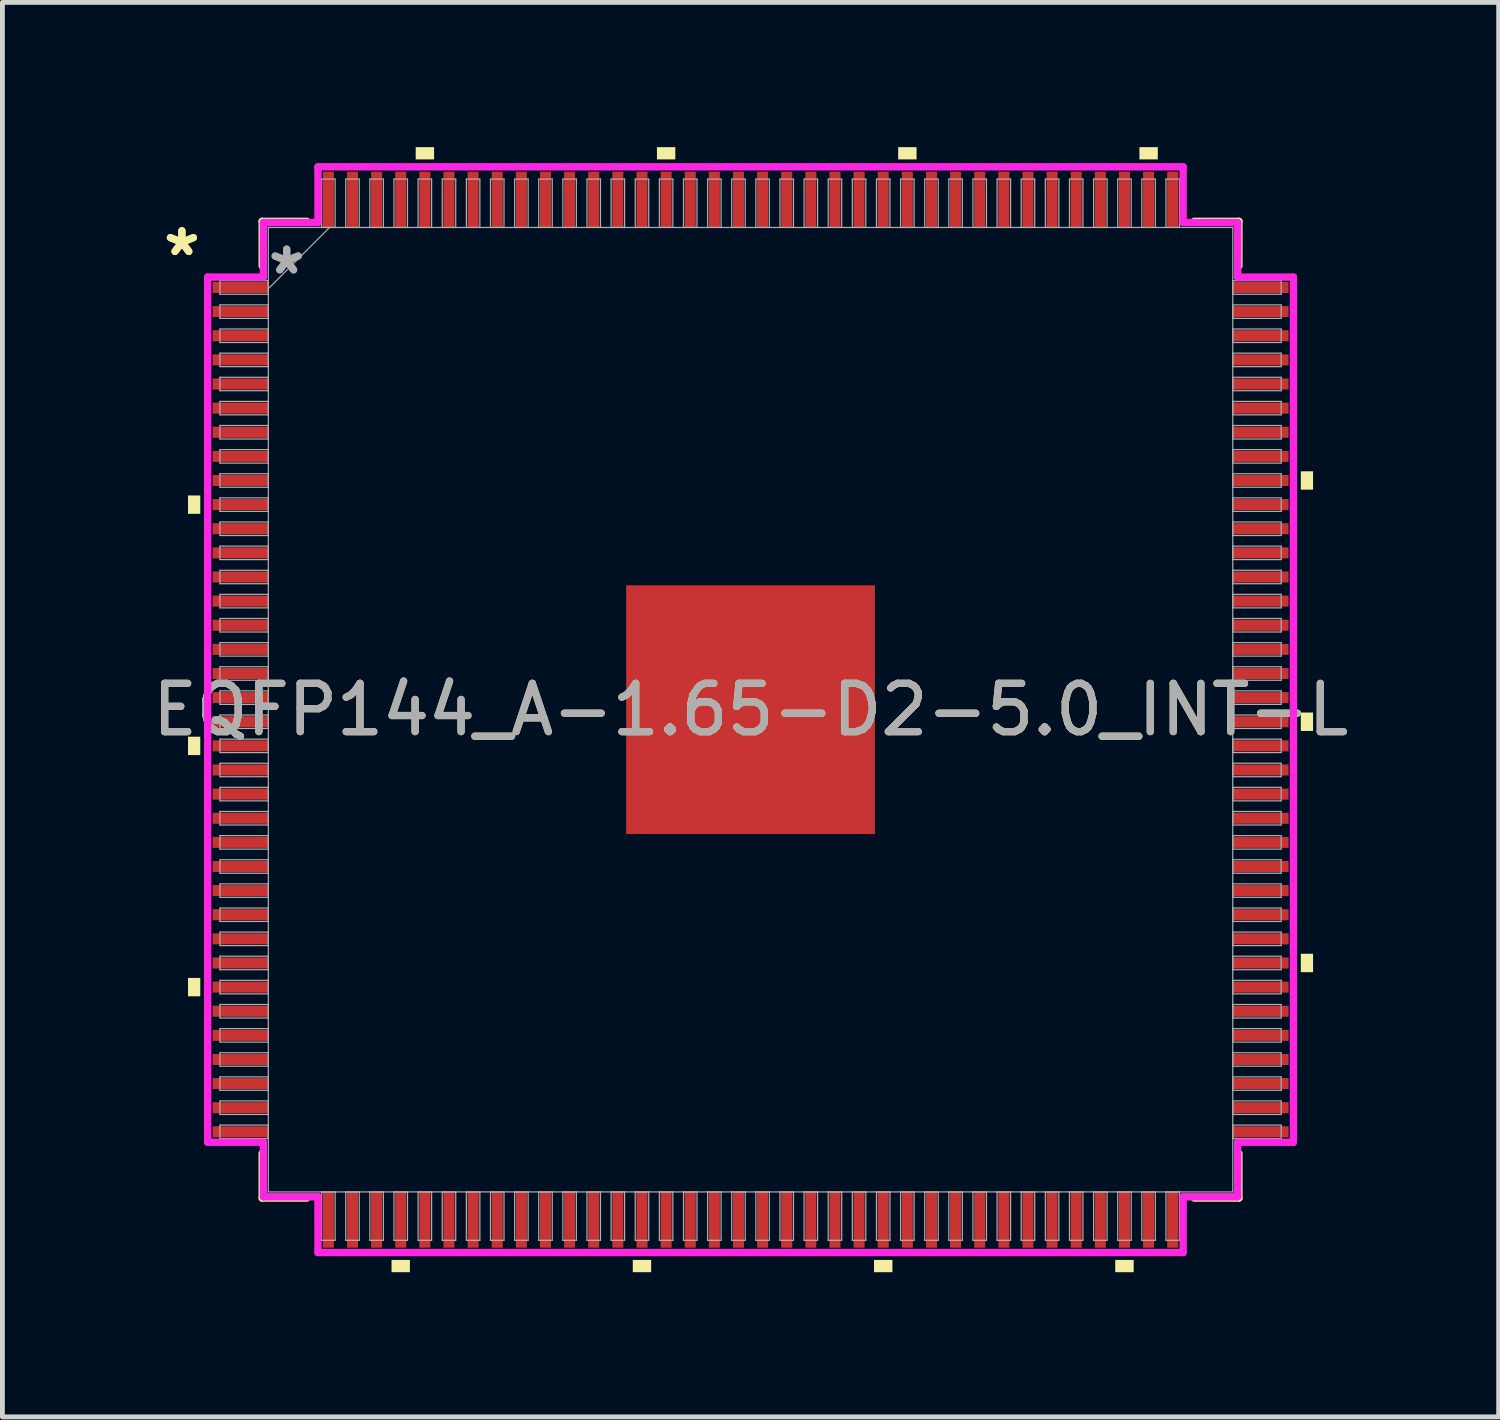
<source format=kicad_pcb>
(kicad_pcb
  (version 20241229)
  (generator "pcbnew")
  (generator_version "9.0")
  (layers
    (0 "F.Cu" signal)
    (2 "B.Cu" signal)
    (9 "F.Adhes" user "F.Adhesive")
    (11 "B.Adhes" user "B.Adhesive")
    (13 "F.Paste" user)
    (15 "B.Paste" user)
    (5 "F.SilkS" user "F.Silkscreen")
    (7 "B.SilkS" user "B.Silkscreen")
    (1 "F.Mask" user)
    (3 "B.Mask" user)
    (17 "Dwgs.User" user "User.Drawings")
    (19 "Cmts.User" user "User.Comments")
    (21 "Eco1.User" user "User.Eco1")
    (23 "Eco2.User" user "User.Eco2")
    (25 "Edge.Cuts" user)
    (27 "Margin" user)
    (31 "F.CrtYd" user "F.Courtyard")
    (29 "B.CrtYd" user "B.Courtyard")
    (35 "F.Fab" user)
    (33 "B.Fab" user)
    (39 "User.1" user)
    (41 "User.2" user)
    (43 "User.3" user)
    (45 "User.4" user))
  (footprint "EQFP144_A-1.65-D2-5.0_INT-L"
    (layer "F.Cu")
    (at 12.506 11.659)
    (property "Reference" "EQFP144_A-1.65-D2-5.0_INT-L" (at 0 0 0) (unlocked yes) (layer "F.SilkS") (effects (font (size 1 1) (thickness 0.15))))
    (attr smd)
    (fp_line (start -10.122 -10.122) (end -10.122 -9.197) (stroke (width 0.152) (type solid)) (layer "F.SilkS"))
    (fp_line (start -10.122 9.197) (end -10.122 10.122) (stroke (width 0.152) (type solid)) (layer "F.SilkS"))
    (fp_line (start -10.122 10.122) (end -9.197 10.122) (stroke (width 0.152) (type solid)) (layer "F.SilkS"))
    (fp_line (start -9.197 -10.122) (end -10.122 -10.122) (stroke (width 0.152) (type solid)) (layer "F.SilkS"))
    (fp_line (start 9.197 10.122) (end 10.122 10.122) (stroke (width 0.152) (type solid)) (layer "F.SilkS"))
    (fp_line (start 10.122 -10.122) (end 9.197 -10.122) (stroke (width 0.152) (type solid)) (layer "F.SilkS"))
    (fp_line (start 10.122 -9.197) (end 10.122 -10.122) (stroke (width 0.152) (type solid)) (layer "F.SilkS"))
    (fp_line (start 10.122 10.122) (end 10.122 9.197) (stroke (width 0.152) (type solid)) (layer "F.SilkS"))
    (fp_poly (pts (xy -11.659 -4.44) (xy -11.659 -4.059) (xy -11.405 -4.059) (xy -11.405 -4.44)) (stroke (width 0) (type solid)) (fill yes) (layer "F.SilkS"))
    (fp_poly (pts (xy -11.659 0.56) (xy -11.659 0.941) (xy -11.405 0.941) (xy -11.405 0.56)) (stroke (width 0) (type solid)) (fill yes) (layer "F.SilkS"))
    (fp_poly (pts (xy -11.659 5.56) (xy -11.659 5.941) (xy -11.405 5.941) (xy -11.405 5.56)) (stroke (width 0) (type solid)) (fill yes) (layer "F.SilkS"))
    (fp_poly (pts (xy -7.441 11.405) (xy -7.441 11.659) (xy -7.06 11.659) (xy -7.06 11.405)) (stroke (width 0) (type solid)) (fill yes) (layer "F.SilkS"))
    (fp_poly (pts (xy -6.94 -11.405) (xy -6.94 -11.659) (xy -6.559 -11.659) (xy -6.559 -11.405)) (stroke (width 0) (type solid)) (fill yes) (layer "F.SilkS"))
    (fp_poly (pts (xy -2.441 11.405) (xy -2.441 11.659) (xy -2.06 11.659) (xy -2.06 11.405)) (stroke (width 0) (type solid)) (fill yes) (layer "F.SilkS"))
    (fp_poly (pts (xy -1.94 -11.405) (xy -1.94 -11.659) (xy -1.559 -11.659) (xy -1.559 -11.405)) (stroke (width 0) (type solid)) (fill yes) (layer "F.SilkS"))
    (fp_poly (pts (xy 2.559 11.405) (xy 2.559 11.659) (xy 2.941 11.659) (xy 2.941 11.405)) (stroke (width 0) (type solid)) (fill yes) (layer "F.SilkS"))
    (fp_poly (pts (xy 3.06 -11.405) (xy 3.06 -11.659) (xy 3.441 -11.659) (xy 3.441 -11.405)) (stroke (width 0) (type solid)) (fill yes) (layer "F.SilkS"))
    (fp_poly (pts (xy 7.559 11.405) (xy 7.559 11.659) (xy 7.941 11.659) (xy 7.941 11.405)) (stroke (width 0) (type solid)) (fill yes) (layer "F.SilkS"))
    (fp_poly (pts (xy 8.06 -11.405) (xy 8.06 -11.659) (xy 8.441 -11.659) (xy 8.441 -11.405)) (stroke (width 0) (type solid)) (fill yes) (layer "F.SilkS"))
    (fp_poly (pts (xy 11.659 -4.941) (xy 11.659 -4.56) (xy 11.405 -4.56) (xy 11.405 -4.941)) (stroke (width 0) (type solid)) (fill yes) (layer "F.SilkS"))
    (fp_poly (pts (xy 11.659 0.059) (xy 11.659 0.441) (xy 11.405 0.441) (xy 11.405 0.059)) (stroke (width 0) (type solid)) (fill yes) (layer "F.SilkS"))
    (fp_poly (pts (xy 11.659 5.059) (xy 11.659 5.441) (xy 11.405 5.441) (xy 11.405 5.059)) (stroke (width 0) (type solid)) (fill yes) (layer "F.SilkS"))
    (fp_poly (pts (xy -2.478 -2.478) (xy -2.478 -1.389) (xy -1.389 -1.389) (xy -1.389 -2.478)) (stroke (width 0) (type solid)) (fill yes) (layer "F.Paste"))
    (fp_poly (pts (xy -2.478 -1.189) (xy -2.478 -0.1) (xy -1.389 -0.1) (xy -1.389 -1.189)) (stroke (width 0) (type solid)) (fill yes) (layer "F.Paste"))
    (fp_poly (pts (xy -2.478 0.1) (xy -2.478 1.189) (xy -1.389 1.189) (xy -1.389 0.1)) (stroke (width 0) (type solid)) (fill yes) (layer "F.Paste"))
    (fp_poly (pts (xy -2.478 1.389) (xy -2.478 2.478) (xy -1.389 2.478) (xy -1.389 1.389)) (stroke (width 0) (type solid)) (fill yes) (layer "F.Paste"))
    (fp_poly (pts (xy -1.189 -2.478) (xy -1.189 -1.389) (xy -0.1 -1.389) (xy -0.1 -2.478)) (stroke (width 0) (type solid)) (fill yes) (layer "F.Paste"))
    (fp_poly (pts (xy -1.189 -1.189) (xy -1.189 -0.1) (xy -0.1 -0.1) (xy -0.1 -1.189)) (stroke (width 0) (type solid)) (fill yes) (layer "F.Paste"))
    (fp_poly (pts (xy -1.189 0.1) (xy -1.189 1.189) (xy -0.1 1.189) (xy -0.1 0.1)) (stroke (width 0) (type solid)) (fill yes) (layer "F.Paste"))
    (fp_poly (pts (xy -1.189 1.389) (xy -1.189 2.478) (xy -0.1 2.478) (xy -0.1 1.389)) (stroke (width 0) (type solid)) (fill yes) (layer "F.Paste"))
    (fp_poly (pts (xy 0.1 -2.478) (xy 0.1 -1.389) (xy 1.189 -1.389) (xy 1.189 -2.478)) (stroke (width 0) (type solid)) (fill yes) (layer "F.Paste"))
    (fp_poly (pts (xy 0.1 -1.189) (xy 0.1 -0.1) (xy 1.189 -0.1) (xy 1.189 -1.189)) (stroke (width 0) (type solid)) (fill yes) (layer "F.Paste"))
    (fp_poly (pts (xy 0.1 0.1) (xy 0.1 1.189) (xy 1.189 1.189) (xy 1.189 0.1)) (stroke (width 0) (type solid)) (fill yes) (layer "F.Paste"))
    (fp_poly (pts (xy 0.1 1.389) (xy 0.1 2.478) (xy 1.189 2.478) (xy 1.189 1.389)) (stroke (width 0) (type solid)) (fill yes) (layer "F.Paste"))
    (fp_poly (pts (xy 1.389 -2.478) (xy 1.389 -1.389) (xy 2.478 -1.389) (xy 2.478 -2.478)) (stroke (width 0) (type solid)) (fill yes) (layer "F.Paste"))
    (fp_poly (pts (xy 1.389 -1.189) (xy 1.389 -0.1) (xy 2.478 -0.1) (xy 2.478 -1.189)) (stroke (width 0) (type solid)) (fill yes) (layer "F.Paste"))
    (fp_poly (pts (xy 1.389 0.1) (xy 1.389 1.189) (xy 2.478 1.189) (xy 2.478 0.1)) (stroke (width 0) (type solid)) (fill yes) (layer "F.Paste"))
    (fp_poly (pts (xy 1.389 1.389) (xy 1.389 2.478) (xy 2.478 2.478) (xy 2.478 1.389)) (stroke (width 0) (type solid)) (fill yes) (layer "F.Paste"))
    (fp_line (start -11.252 -8.966) (end -10.097 -8.966) (stroke (width 0.152) (type solid)) (layer "F.CrtYd"))
    (fp_line (start -11.252 8.966) (end -11.252 -8.966) (stroke (width 0.152) (type solid)) (layer "F.CrtYd"))
    (fp_line (start -10.097 -10.097) (end -8.966 -10.097) (stroke (width 0.152) (type solid)) (layer "F.CrtYd"))
    (fp_line (start -10.097 -8.966) (end -10.097 -10.097) (stroke (width 0.152) (type solid)) (layer "F.CrtYd"))
    (fp_line (start -10.097 8.966) (end -11.252 8.966) (stroke (width 0.152) (type solid)) (layer "F.CrtYd"))
    (fp_line (start -10.097 10.097) (end -10.097 8.966) (stroke (width 0.152) (type solid)) (layer "F.CrtYd"))
    (fp_line (start -10.097 10.097) (end -8.966 10.097) (stroke (width 0.152) (type solid)) (layer "F.CrtYd"))
    (fp_line (start -8.966 -11.252) (end 8.966 -11.252) (stroke (width 0.152) (type solid)) (layer "F.CrtYd"))
    (fp_line (start -8.966 -10.097) (end -8.966 -11.252) (stroke (width 0.152) (type solid)) (layer "F.CrtYd"))
    (fp_line (start -8.966 10.097) (end -8.966 11.252) (stroke (width 0.152) (type solid)) (layer "F.CrtYd"))
    (fp_line (start -8.966 11.252) (end 8.966 11.252) (stroke (width 0.152) (type solid)) (layer "F.CrtYd"))
    (fp_line (start 8.966 -11.252) (end 8.966 -10.097) (stroke (width 0.152) (type solid)) (layer "F.CrtYd"))
    (fp_line (start 8.966 -10.097) (end 10.097 -10.097) (stroke (width 0.152) (type solid)) (layer "F.CrtYd"))
    (fp_line (start 8.966 10.097) (end 10.097 10.097) (stroke (width 0.152) (type solid)) (layer "F.CrtYd"))
    (fp_line (start 8.966 11.252) (end 8.966 10.097) (stroke (width 0.152) (type solid)) (layer "F.CrtYd"))
    (fp_line (start 10.097 -8.966) (end 10.097 -10.097) (stroke (width 0.152) (type solid)) (layer "F.CrtYd"))
    (fp_line (start 10.097 8.966) (end 11.252 8.966) (stroke (width 0.152) (type solid)) (layer "F.CrtYd"))
    (fp_line (start 10.097 10.097) (end 10.097 8.966) (stroke (width 0.152) (type solid)) (layer "F.CrtYd"))
    (fp_line (start 11.252 -8.966) (end 10.097 -8.966) (stroke (width 0.152) (type solid)) (layer "F.CrtYd"))
    (fp_line (start 11.252 8.966) (end 11.252 -8.966) (stroke (width 0.152) (type solid)) (layer "F.CrtYd"))
    (fp_line (start -10.998 -8.89) (end -10.998 -8.61) (stroke (width 0.025) (type solid)) (layer "F.Fab"))
    (fp_line (start -10.998 -8.61) (end -9.995 -8.61) (stroke (width 0.025) (type solid)) (layer "F.Fab"))
    (fp_line (start -10.998 -8.39) (end -10.998 -8.11) (stroke (width 0.025) (type solid)) (layer "F.Fab"))
    (fp_line (start -10.998 -8.11) (end -9.995 -8.11) (stroke (width 0.025) (type solid)) (layer "F.Fab"))
    (fp_line (start -10.998 -7.89) (end -10.998 -7.61) (stroke (width 0.025) (type solid)) (layer "F.Fab"))
    (fp_line (start -10.998 -7.61) (end -9.995 -7.61) (stroke (width 0.025) (type solid)) (layer "F.Fab"))
    (fp_line (start -10.998 -7.39) (end -10.998 -7.11) (stroke (width 0.025) (type solid)) (layer "F.Fab"))
    (fp_line (start -10.998 -7.11) (end -9.995 -7.11) (stroke (width 0.025) (type solid)) (layer "F.Fab"))
    (fp_line (start -10.998 -6.89) (end -10.998 -6.61) (stroke (width 0.025) (type solid)) (layer "F.Fab"))
    (fp_line (start -10.998 -6.61) (end -9.995 -6.61) (stroke (width 0.025) (type solid)) (layer "F.Fab"))
    (fp_line (start -10.998 -6.39) (end -10.998 -6.11) (stroke (width 0.025) (type solid)) (layer "F.Fab"))
    (fp_line (start -10.998 -6.11) (end -9.995 -6.11) (stroke (width 0.025) (type solid)) (layer "F.Fab"))
    (fp_line (start -10.998 -5.89) (end -10.998 -5.61) (stroke (width 0.025) (type solid)) (layer "F.Fab"))
    (fp_line (start -10.998 -5.61) (end -9.995 -5.61) (stroke (width 0.025) (type solid)) (layer "F.Fab"))
    (fp_line (start -10.998 -5.39) (end -10.998 -5.11) (stroke (width 0.025) (type solid)) (layer "F.Fab"))
    (fp_line (start -10.998 -5.11) (end -9.995 -5.11) (stroke (width 0.025) (type solid)) (layer "F.Fab"))
    (fp_line (start -10.998 -4.89) (end -10.998 -4.61) (stroke (width 0.025) (type solid)) (layer "F.Fab"))
    (fp_line (start -10.998 -4.61) (end -9.995 -4.61) (stroke (width 0.025) (type solid)) (layer "F.Fab"))
    (fp_line (start -10.998 -4.39) (end -10.998 -4.11) (stroke (width 0.025) (type solid)) (layer "F.Fab"))
    (fp_line (start -10.998 -4.11) (end -9.995 -4.11) (stroke (width 0.025) (type solid)) (layer "F.Fab"))
    (fp_line (start -10.998 -3.89) (end -10.998 -3.61) (stroke (width 0.025) (type solid)) (layer "F.Fab"))
    (fp_line (start -10.998 -3.61) (end -9.995 -3.61) (stroke (width 0.025) (type solid)) (layer "F.Fab"))
    (fp_line (start -10.998 -3.39) (end -10.998 -3.11) (stroke (width 0.025) (type solid)) (layer "F.Fab"))
    (fp_line (start -10.998 -3.11) (end -9.995 -3.11) (stroke (width 0.025) (type solid)) (layer "F.Fab"))
    (fp_line (start -10.998 -2.89) (end -10.998 -2.61) (stroke (width 0.025) (type solid)) (layer "F.Fab"))
    (fp_line (start -10.998 -2.61) (end -9.995 -2.61) (stroke (width 0.025) (type solid)) (layer "F.Fab"))
    (fp_line (start -10.998 -2.39) (end -10.998 -2.11) (stroke (width 0.025) (type solid)) (layer "F.Fab"))
    (fp_line (start -10.998 -2.11) (end -9.995 -2.11) (stroke (width 0.025) (type solid)) (layer "F.Fab"))
    (fp_line (start -10.998 -1.89) (end -10.998 -1.61) (stroke (width 0.025) (type solid)) (layer "F.Fab"))
    (fp_line (start -10.998 -1.61) (end -9.995 -1.61) (stroke (width 0.025) (type solid)) (layer "F.Fab"))
    (fp_line (start -10.998 -1.39) (end -10.998 -1.11) (stroke (width 0.025) (type solid)) (layer "F.Fab"))
    (fp_line (start -10.998 -1.11) (end -9.995 -1.11) (stroke (width 0.025) (type solid)) (layer "F.Fab"))
    (fp_line (start -10.998 -0.89) (end -10.998 -0.61) (stroke (width 0.025) (type solid)) (layer "F.Fab"))
    (fp_line (start -10.998 -0.61) (end -9.995 -0.61) (stroke (width 0.025) (type solid)) (layer "F.Fab"))
    (fp_line (start -10.998 -0.39) (end -10.998 -0.11) (stroke (width 0.025) (type solid)) (layer "F.Fab"))
    (fp_line (start -10.998 -0.11) (end -9.995 -0.11) (stroke (width 0.025) (type solid)) (layer "F.Fab"))
    (fp_line (start -10.998 0.11) (end -10.998 0.39) (stroke (width 0.025) (type solid)) (layer "F.Fab"))
    (fp_line (start -10.998 0.39) (end -9.995 0.39) (stroke (width 0.025) (type solid)) (layer "F.Fab"))
    (fp_line (start -10.998 0.61) (end -10.998 0.89) (stroke (width 0.025) (type solid)) (layer "F.Fab"))
    (fp_line (start -10.998 0.89) (end -9.995 0.89) (stroke (width 0.025) (type solid)) (layer "F.Fab"))
    (fp_line (start -10.998 1.11) (end -10.998 1.39) (stroke (width 0.025) (type solid)) (layer "F.Fab"))
    (fp_line (start -10.998 1.39) (end -9.995 1.39) (stroke (width 0.025) (type solid)) (layer "F.Fab"))
    (fp_line (start -10.998 1.61) (end -10.998 1.89) (stroke (width 0.025) (type solid)) (layer "F.Fab"))
    (fp_line (start -10.998 1.89) (end -9.995 1.89) (stroke (width 0.025) (type solid)) (layer "F.Fab"))
    (fp_line (start -10.998 2.11) (end -10.998 2.39) (stroke (width 0.025) (type solid)) (layer "F.Fab"))
    (fp_line (start -10.998 2.39) (end -9.995 2.39) (stroke (width 0.025) (type solid)) (layer "F.Fab"))
    (fp_line (start -10.998 2.61) (end -10.998 2.89) (stroke (width 0.025) (type solid)) (layer "F.Fab"))
    (fp_line (start -10.998 2.89) (end -9.995 2.89) (stroke (width 0.025) (type solid)) (layer "F.Fab"))
    (fp_line (start -10.998 3.11) (end -10.998 3.39) (stroke (width 0.025) (type solid)) (layer "F.Fab"))
    (fp_line (start -10.998 3.39) (end -9.995 3.39) (stroke (width 0.025) (type solid)) (layer "F.Fab"))
    (fp_line (start -10.998 3.61) (end -10.998 3.89) (stroke (width 0.025) (type solid)) (layer "F.Fab"))
    (fp_line (start -10.998 3.89) (end -9.995 3.89) (stroke (width 0.025) (type solid)) (layer "F.Fab"))
    (fp_line (start -10.998 4.11) (end -10.998 4.39) (stroke (width 0.025) (type solid)) (layer "F.Fab"))
    (fp_line (start -10.998 4.39) (end -9.995 4.39) (stroke (width 0.025) (type solid)) (layer "F.Fab"))
    (fp_line (start -10.998 4.61) (end -10.998 4.89) (stroke (width 0.025) (type solid)) (layer "F.Fab"))
    (fp_line (start -10.998 4.89) (end -9.995 4.89) (stroke (width 0.025) (type solid)) (layer "F.Fab"))
    (fp_line (start -10.998 5.11) (end -10.998 5.39) (stroke (width 0.025) (type solid)) (layer "F.Fab"))
    (fp_line (start -10.998 5.39) (end -9.995 5.39) (stroke (width 0.025) (type solid)) (layer "F.Fab"))
    (fp_line (start -10.998 5.61) (end -10.998 5.89) (stroke (width 0.025) (type solid)) (layer "F.Fab"))
    (fp_line (start -10.998 5.89) (end -9.995 5.89) (stroke (width 0.025) (type solid)) (layer "F.Fab"))
    (fp_line (start -10.998 6.11) (end -10.998 6.39) (stroke (width 0.025) (type solid)) (layer "F.Fab"))
    (fp_line (start -10.998 6.39) (end -9.995 6.39) (stroke (width 0.025) (type solid)) (layer "F.Fab"))
    (fp_line (start -10.998 6.61) (end -10.998 6.89) (stroke (width 0.025) (type solid)) (layer "F.Fab"))
    (fp_line (start -10.998 6.89) (end -9.995 6.89) (stroke (width 0.025) (type solid)) (layer "F.Fab"))
    (fp_line (start -10.998 7.11) (end -10.998 7.39) (stroke (width 0.025) (type solid)) (layer "F.Fab"))
    (fp_line (start -10.998 7.39) (end -9.995 7.39) (stroke (width 0.025) (type solid)) (layer "F.Fab"))
    (fp_line (start -10.998 7.61) (end -10.998 7.89) (stroke (width 0.025) (type solid)) (layer "F.Fab"))
    (fp_line (start -10.998 7.89) (end -9.995 7.89) (stroke (width 0.025) (type solid)) (layer "F.Fab"))
    (fp_line (start -10.998 8.11) (end -10.998 8.39) (stroke (width 0.025) (type solid)) (layer "F.Fab"))
    (fp_line (start -10.998 8.39) (end -9.995 8.39) (stroke (width 0.025) (type solid)) (layer "F.Fab"))
    (fp_line (start -10.998 8.61) (end -10.998 8.89) (stroke (width 0.025) (type solid)) (layer "F.Fab"))
    (fp_line (start -10.998 8.89) (end -9.995 8.89) (stroke (width 0.025) (type solid)) (layer "F.Fab"))
    (fp_line (start -9.995 -9.995) (end -9.995 9.995) (stroke (width 0.025) (type solid)) (layer "F.Fab"))
    (fp_line (start -9.995 -8.89) (end -10.998 -8.89) (stroke (width 0.025) (type solid)) (layer "F.Fab"))
    (fp_line (start -9.995 -8.725) (end -8.725 -9.995) (stroke (width 0.025) (type solid)) (layer "F.Fab"))
    (fp_line (start -9.995 -8.61) (end -9.995 -8.89) (stroke (width 0.025) (type solid)) (layer "F.Fab"))
    (fp_line (start -9.995 -8.39) (end -10.998 -8.39) (stroke (width 0.025) (type solid)) (layer "F.Fab"))
    (fp_line (start -9.995 -8.11) (end -9.995 -8.39) (stroke (width 0.025) (type solid)) (layer "F.Fab"))
    (fp_line (start -9.995 -7.89) (end -10.998 -7.89) (stroke (width 0.025) (type solid)) (layer "F.Fab"))
    (fp_line (start -9.995 -7.61) (end -9.995 -7.89) (stroke (width 0.025) (type solid)) (layer "F.Fab"))
    (fp_line (start -9.995 -7.39) (end -10.998 -7.39) (stroke (width 0.025) (type solid)) (layer "F.Fab"))
    (fp_line (start -9.995 -7.11) (end -9.995 -7.39) (stroke (width 0.025) (type solid)) (layer "F.Fab"))
    (fp_line (start -9.995 -6.89) (end -10.998 -6.89) (stroke (width 0.025) (type solid)) (layer "F.Fab"))
    (fp_line (start -9.995 -6.61) (end -9.995 -6.89) (stroke (width 0.025) (type solid)) (layer "F.Fab"))
    (fp_line (start -9.995 -6.39) (end -10.998 -6.39) (stroke (width 0.025) (type solid)) (layer "F.Fab"))
    (fp_line (start -9.995 -6.11) (end -9.995 -6.39) (stroke (width 0.025) (type solid)) (layer "F.Fab"))
    (fp_line (start -9.995 -5.89) (end -10.998 -5.89) (stroke (width 0.025) (type solid)) (layer "F.Fab"))
    (fp_line (start -9.995 -5.61) (end -9.995 -5.89) (stroke (width 0.025) (type solid)) (layer "F.Fab"))
    (fp_line (start -9.995 -5.39) (end -10.998 -5.39) (stroke (width 0.025) (type solid)) (layer "F.Fab"))
    (fp_line (start -9.995 -5.11) (end -9.995 -5.39) (stroke (width 0.025) (type solid)) (layer "F.Fab"))
    (fp_line (start -9.995 -4.89) (end -10.998 -4.89) (stroke (width 0.025) (type solid)) (layer "F.Fab"))
    (fp_line (start -9.995 -4.61) (end -9.995 -4.89) (stroke (width 0.025) (type solid)) (layer "F.Fab"))
    (fp_line (start -9.995 -4.39) (end -10.998 -4.39) (stroke (width 0.025) (type solid)) (layer "F.Fab"))
    (fp_line (start -9.995 -4.11) (end -9.995 -4.39) (stroke (width 0.025) (type solid)) (layer "F.Fab"))
    (fp_line (start -9.995 -3.89) (end -10.998 -3.89) (stroke (width 0.025) (type solid)) (layer "F.Fab"))
    (fp_line (start -9.995 -3.61) (end -9.995 -3.89) (stroke (width 0.025) (type solid)) (layer "F.Fab"))
    (fp_line (start -9.995 -3.39) (end -10.998 -3.39) (stroke (width 0.025) (type solid)) (layer "F.Fab"))
    (fp_line (start -9.995 -3.11) (end -9.995 -3.39) (stroke (width 0.025) (type solid)) (layer "F.Fab"))
    (fp_line (start -9.995 -2.89) (end -10.998 -2.89) (stroke (width 0.025) (type solid)) (layer "F.Fab"))
    (fp_line (start -9.995 -2.61) (end -9.995 -2.89) (stroke (width 0.025) (type solid)) (layer "F.Fab"))
    (fp_line (start -9.995 -2.39) (end -10.998 -2.39) (stroke (width 0.025) (type solid)) (layer "F.Fab"))
    (fp_line (start -9.995 -2.11) (end -9.995 -2.39) (stroke (width 0.025) (type solid)) (layer "F.Fab"))
    (fp_line (start -9.995 -1.89) (end -10.998 -1.89) (stroke (width 0.025) (type solid)) (layer "F.Fab"))
    (fp_line (start -9.995 -1.61) (end -9.995 -1.89) (stroke (width 0.025) (type solid)) (layer "F.Fab"))
    (fp_line (start -9.995 -1.39) (end -10.998 -1.39) (stroke (width 0.025) (type solid)) (layer "F.Fab"))
    (fp_line (start -9.995 -1.11) (end -9.995 -1.39) (stroke (width 0.025) (type solid)) (layer "F.Fab"))
    (fp_line (start -9.995 -0.89) (end -10.998 -0.89) (stroke (width 0.025) (type solid)) (layer "F.Fab"))
    (fp_line (start -9.995 -0.61) (end -9.995 -0.89) (stroke (width 0.025) (type solid)) (layer "F.Fab"))
    (fp_line (start -9.995 -0.39) (end -10.998 -0.39) (stroke (width 0.025) (type solid)) (layer "F.Fab"))
    (fp_line (start -9.995 -0.11) (end -9.995 -0.39) (stroke (width 0.025) (type solid)) (layer "F.Fab"))
    (fp_line (start -9.995 0.11) (end -10.998 0.11) (stroke (width 0.025) (type solid)) (layer "F.Fab"))
    (fp_line (start -9.995 0.39) (end -9.995 0.11) (stroke (width 0.025) (type solid)) (layer "F.Fab"))
    (fp_line (start -9.995 0.61) (end -10.998 0.61) (stroke (width 0.025) (type solid)) (layer "F.Fab"))
    (fp_line (start -9.995 0.89) (end -9.995 0.61) (stroke (width 0.025) (type solid)) (layer "F.Fab"))
    (fp_line (start -9.995 1.11) (end -10.998 1.11) (stroke (width 0.025) (type solid)) (layer "F.Fab"))
    (fp_line (start -9.995 1.39) (end -9.995 1.11) (stroke (width 0.025) (type solid)) (layer "F.Fab"))
    (fp_line (start -9.995 1.61) (end -10.998 1.61) (stroke (width 0.025) (type solid)) (layer "F.Fab"))
    (fp_line (start -9.995 1.89) (end -9.995 1.61) (stroke (width 0.025) (type solid)) (layer "F.Fab"))
    (fp_line (start -9.995 2.11) (end -10.998 2.11) (stroke (width 0.025) (type solid)) (layer "F.Fab"))
    (fp_line (start -9.995 2.39) (end -9.995 2.11) (stroke (width 0.025) (type solid)) (layer "F.Fab"))
    (fp_line (start -9.995 2.61) (end -10.998 2.61) (stroke (width 0.025) (type solid)) (layer "F.Fab"))
    (fp_line (start -9.995 2.89) (end -9.995 2.61) (stroke (width 0.025) (type solid)) (layer "F.Fab"))
    (fp_line (start -9.995 3.11) (end -10.998 3.11) (stroke (width 0.025) (type solid)) (layer "F.Fab"))
    (fp_line (start -9.995 3.39) (end -9.995 3.11) (stroke (width 0.025) (type solid)) (layer "F.Fab"))
    (fp_line (start -9.995 3.61) (end -10.998 3.61) (stroke (width 0.025) (type solid)) (layer "F.Fab"))
    (fp_line (start -9.995 3.89) (end -9.995 3.61) (stroke (width 0.025) (type solid)) (layer "F.Fab"))
    (fp_line (start -9.995 4.11) (end -10.998 4.11) (stroke (width 0.025) (type solid)) (layer "F.Fab"))
    (fp_line (start -9.995 4.39) (end -9.995 4.11) (stroke (width 0.025) (type solid)) (layer "F.Fab"))
    (fp_line (start -9.995 4.61) (end -10.998 4.61) (stroke (width 0.025) (type solid)) (layer "F.Fab"))
    (fp_line (start -9.995 4.89) (end -9.995 4.61) (stroke (width 0.025) (type solid)) (layer "F.Fab"))
    (fp_line (start -9.995 5.11) (end -10.998 5.11) (stroke (width 0.025) (type solid)) (layer "F.Fab"))
    (fp_line (start -9.995 5.39) (end -9.995 5.11) (stroke (width 0.025) (type solid)) (layer "F.Fab"))
    (fp_line (start -9.995 5.61) (end -10.998 5.61) (stroke (width 0.025) (type solid)) (layer "F.Fab"))
    (fp_line (start -9.995 5.89) (end -9.995 5.61) (stroke (width 0.025) (type solid)) (layer "F.Fab"))
    (fp_line (start -9.995 6.11) (end -10.998 6.11) (stroke (width 0.025) (type solid)) (layer "F.Fab"))
    (fp_line (start -9.995 6.39) (end -9.995 6.11) (stroke (width 0.025) (type solid)) (layer "F.Fab"))
    (fp_line (start -9.995 6.61) (end -10.998 6.61) (stroke (width 0.025) (type solid)) (layer "F.Fab"))
    (fp_line (start -9.995 6.89) (end -9.995 6.61) (stroke (width 0.025) (type solid)) (layer "F.Fab"))
    (fp_line (start -9.995 7.11) (end -10.998 7.11) (stroke (width 0.025) (type solid)) (layer "F.Fab"))
    (fp_line (start -9.995 7.39) (end -9.995 7.11) (stroke (width 0.025) (type solid)) (layer "F.Fab"))
    (fp_line (start -9.995 7.61) (end -10.998 7.61) (stroke (width 0.025) (type solid)) (layer "F.Fab"))
    (fp_line (start -9.995 7.89) (end -9.995 7.61) (stroke (width 0.025) (type solid)) (layer "F.Fab"))
    (fp_line (start -9.995 8.11) (end -10.998 8.11) (stroke (width 0.025) (type solid)) (layer "F.Fab"))
    (fp_line (start -9.995 8.39) (end -9.995 8.11) (stroke (width 0.025) (type solid)) (layer "F.Fab"))
    (fp_line (start -9.995 8.61) (end -10.998 8.61) (stroke (width 0.025) (type solid)) (layer "F.Fab"))
    (fp_line (start -9.995 8.89) (end -9.995 8.61) (stroke (width 0.025) (type solid)) (layer "F.Fab"))
    (fp_line (start -9.995 9.995) (end 9.995 9.995) (stroke (width 0.025) (type solid)) (layer "F.Fab"))
    (fp_line (start -8.89 -10.998) (end -8.89 -9.995) (stroke (width 0.025) (type solid)) (layer "F.Fab"))
    (fp_line (start -8.89 -9.995) (end -8.61 -9.995) (stroke (width 0.025) (type solid)) (layer "F.Fab"))
    (fp_line (start -8.89 9.995) (end -8.89 10.998) (stroke (width 0.025) (type solid)) (layer "F.Fab"))
    (fp_line (start -8.89 10.998) (end -8.61 10.998) (stroke (width 0.025) (type solid)) (layer "F.Fab"))
    (fp_line (start -8.61 -10.998) (end -8.89 -10.998) (stroke (width 0.025) (type solid)) (layer "F.Fab"))
    (fp_line (start -8.61 -9.995) (end -8.61 -10.998) (stroke (width 0.025) (type solid)) (layer "F.Fab"))
    (fp_line (start -8.61 9.995) (end -8.89 9.995) (stroke (width 0.025) (type solid)) (layer "F.Fab"))
    (fp_line (start -8.61 10.998) (end -8.61 9.995) (stroke (width 0.025) (type solid)) (layer "F.Fab"))
    (fp_line (start -8.39 -10.998) (end -8.39 -9.995) (stroke (width 0.025) (type solid)) (layer "F.Fab"))
    (fp_line (start -8.39 -9.995) (end -8.11 -9.995) (stroke (width 0.025) (type solid)) (layer "F.Fab"))
    (fp_line (start -8.39 9.995) (end -8.39 10.998) (stroke (width 0.025) (type solid)) (layer "F.Fab"))
    (fp_line (start -8.39 10.998) (end -8.11 10.998) (stroke (width 0.025) (type solid)) (layer "F.Fab"))
    (fp_line (start -8.11 -10.998) (end -8.39 -10.998) (stroke (width 0.025) (type solid)) (layer "F.Fab"))
    (fp_line (start -8.11 -9.995) (end -8.11 -10.998) (stroke (width 0.025) (type solid)) (layer "F.Fab"))
    (fp_line (start -8.11 9.995) (end -8.39 9.995) (stroke (width 0.025) (type solid)) (layer "F.Fab"))
    (fp_line (start -8.11 10.998) (end -8.11 9.995) (stroke (width 0.025) (type solid)) (layer "F.Fab"))
    (fp_line (start -7.89 -10.998) (end -7.89 -9.995) (stroke (width 0.025) (type solid)) (layer "F.Fab"))
    (fp_line (start -7.89 -9.995) (end -7.61 -9.995) (stroke (width 0.025) (type solid)) (layer "F.Fab"))
    (fp_line (start -7.89 9.995) (end -7.89 10.998) (stroke (width 0.025) (type solid)) (layer "F.Fab"))
    (fp_line (start -7.89 10.998) (end -7.61 10.998) (stroke (width 0.025) (type solid)) (layer "F.Fab"))
    (fp_line (start -7.61 -10.998) (end -7.89 -10.998) (stroke (width 0.025) (type solid)) (layer "F.Fab"))
    (fp_line (start -7.61 -9.995) (end -7.61 -10.998) (stroke (width 0.025) (type solid)) (layer "F.Fab"))
    (fp_line (start -7.61 9.995) (end -7.89 9.995) (stroke (width 0.025) (type solid)) (layer "F.Fab"))
    (fp_line (start -7.61 10.998) (end -7.61 9.995) (stroke (width 0.025) (type solid)) (layer "F.Fab"))
    (fp_line (start -7.39 -10.998) (end -7.39 -9.995) (stroke (width 0.025) (type solid)) (layer "F.Fab"))
    (fp_line (start -7.39 -9.995) (end -7.11 -9.995) (stroke (width 0.025) (type solid)) (layer "F.Fab"))
    (fp_line (start -7.39 9.995) (end -7.39 10.998) (stroke (width 0.025) (type solid)) (layer "F.Fab"))
    (fp_line (start -7.39 10.998) (end -7.11 10.998) (stroke (width 0.025) (type solid)) (layer "F.Fab"))
    (fp_line (start -7.11 -10.998) (end -7.39 -10.998) (stroke (width 0.025) (type solid)) (layer "F.Fab"))
    (fp_line (start -7.11 -9.995) (end -7.11 -10.998) (stroke (width 0.025) (type solid)) (layer "F.Fab"))
    (fp_line (start -7.11 9.995) (end -7.39 9.995) (stroke (width 0.025) (type solid)) (layer "F.Fab"))
    (fp_line (start -7.11 10.998) (end -7.11 9.995) (stroke (width 0.025) (type solid)) (layer "F.Fab"))
    (fp_line (start -6.89 -10.998) (end -6.89 -9.995) (stroke (width 0.025) (type solid)) (layer "F.Fab"))
    (fp_line (start -6.89 -9.995) (end -6.61 -9.995) (stroke (width 0.025) (type solid)) (layer "F.Fab"))
    (fp_line (start -6.89 9.995) (end -6.89 10.998) (stroke (width 0.025) (type solid)) (layer "F.Fab"))
    (fp_line (start -6.89 10.998) (end -6.61 10.998) (stroke (width 0.025) (type solid)) (layer "F.Fab"))
    (fp_line (start -6.61 -10.998) (end -6.89 -10.998) (stroke (width 0.025) (type solid)) (layer "F.Fab"))
    (fp_line (start -6.61 -9.995) (end -6.61 -10.998) (stroke (width 0.025) (type solid)) (layer "F.Fab"))
    (fp_line (start -6.61 9.995) (end -6.89 9.995) (stroke (width 0.025) (type solid)) (layer "F.Fab"))
    (fp_line (start -6.61 10.998) (end -6.61 9.995) (stroke (width 0.025) (type solid)) (layer "F.Fab"))
    (fp_line (start -6.39 -10.998) (end -6.39 -9.995) (stroke (width 0.025) (type solid)) (layer "F.Fab"))
    (fp_line (start -6.39 -9.995) (end -6.11 -9.995) (stroke (width 0.025) (type solid)) (layer "F.Fab"))
    (fp_line (start -6.39 9.995) (end -6.39 10.998) (stroke (width 0.025) (type solid)) (layer "F.Fab"))
    (fp_line (start -6.39 10.998) (end -6.11 10.998) (stroke (width 0.025) (type solid)) (layer "F.Fab"))
    (fp_line (start -6.11 -10.998) (end -6.39 -10.998) (stroke (width 0.025) (type solid)) (layer "F.Fab"))
    (fp_line (start -6.11 -9.995) (end -6.11 -10.998) (stroke (width 0.025) (type solid)) (layer "F.Fab"))
    (fp_line (start -6.11 9.995) (end -6.39 9.995) (stroke (width 0.025) (type solid)) (layer "F.Fab"))
    (fp_line (start -6.11 10.998) (end -6.11 9.995) (stroke (width 0.025) (type solid)) (layer "F.Fab"))
    (fp_line (start -5.89 -10.998) (end -5.89 -9.995) (stroke (width 0.025) (type solid)) (layer "F.Fab"))
    (fp_line (start -5.89 -9.995) (end -5.61 -9.995) (stroke (width 0.025) (type solid)) (layer "F.Fab"))
    (fp_line (start -5.89 9.995) (end -5.89 10.998) (stroke (width 0.025) (type solid)) (layer "F.Fab"))
    (fp_line (start -5.89 10.998) (end -5.61 10.998) (stroke (width 0.025) (type solid)) (layer "F.Fab"))
    (fp_line (start -5.61 -10.998) (end -5.89 -10.998) (stroke (width 0.025) (type solid)) (layer "F.Fab"))
    (fp_line (start -5.61 -9.995) (end -5.61 -10.998) (stroke (width 0.025) (type solid)) (layer "F.Fab"))
    (fp_line (start -5.61 9.995) (end -5.89 9.995) (stroke (width 0.025) (type solid)) (layer "F.Fab"))
    (fp_line (start -5.61 10.998) (end -5.61 9.995) (stroke (width 0.025) (type solid)) (layer "F.Fab"))
    (fp_line (start -5.39 -10.998) (end -5.39 -9.995) (stroke (width 0.025) (type solid)) (layer "F.Fab"))
    (fp_line (start -5.39 -9.995) (end -5.11 -9.995) (stroke (width 0.025) (type solid)) (layer "F.Fab"))
    (fp_line (start -5.39 9.995) (end -5.39 10.998) (stroke (width 0.025) (type solid)) (layer "F.Fab"))
    (fp_line (start -5.39 10.998) (end -5.11 10.998) (stroke (width 0.025) (type solid)) (layer "F.Fab"))
    (fp_line (start -5.11 -10.998) (end -5.39 -10.998) (stroke (width 0.025) (type solid)) (layer "F.Fab"))
    (fp_line (start -5.11 -9.995) (end -5.11 -10.998) (stroke (width 0.025) (type solid)) (layer "F.Fab"))
    (fp_line (start -5.11 9.995) (end -5.39 9.995) (stroke (width 0.025) (type solid)) (layer "F.Fab"))
    (fp_line (start -5.11 10.998) (end -5.11 9.995) (stroke (width 0.025) (type solid)) (layer "F.Fab"))
    (fp_line (start -4.89 -10.998) (end -4.89 -9.995) (stroke (width 0.025) (type solid)) (layer "F.Fab"))
    (fp_line (start -4.89 -9.995) (end -4.61 -9.995) (stroke (width 0.025) (type solid)) (layer "F.Fab"))
    (fp_line (start -4.89 9.995) (end -4.89 10.998) (stroke (width 0.025) (type solid)) (layer "F.Fab"))
    (fp_line (start -4.89 10.998) (end -4.61 10.998) (stroke (width 0.025) (type solid)) (layer "F.Fab"))
    (fp_line (start -4.61 -10.998) (end -4.89 -10.998) (stroke (width 0.025) (type solid)) (layer "F.Fab"))
    (fp_line (start -4.61 -9.995) (end -4.61 -10.998) (stroke (width 0.025) (type solid)) (layer "F.Fab"))
    (fp_line (start -4.61 9.995) (end -4.89 9.995) (stroke (width 0.025) (type solid)) (layer "F.Fab"))
    (fp_line (start -4.61 10.998) (end -4.61 9.995) (stroke (width 0.025) (type solid)) (layer "F.Fab"))
    (fp_line (start -4.39 -10.998) (end -4.39 -9.995) (stroke (width 0.025) (type solid)) (layer "F.Fab"))
    (fp_line (start -4.39 -9.995) (end -4.11 -9.995) (stroke (width 0.025) (type solid)) (layer "F.Fab"))
    (fp_line (start -4.39 9.995) (end -4.39 10.998) (stroke (width 0.025) (type solid)) (layer "F.Fab"))
    (fp_line (start -4.39 10.998) (end -4.11 10.998) (stroke (width 0.025) (type solid)) (layer "F.Fab"))
    (fp_line (start -4.11 -10.998) (end -4.39 -10.998) (stroke (width 0.025) (type solid)) (layer "F.Fab"))
    (fp_line (start -4.11 -9.995) (end -4.11 -10.998) (stroke (width 0.025) (type solid)) (layer "F.Fab"))
    (fp_line (start -4.11 9.995) (end -4.39 9.995) (stroke (width 0.025) (type solid)) (layer "F.Fab"))
    (fp_line (start -4.11 10.998) (end -4.11 9.995) (stroke (width 0.025) (type solid)) (layer "F.Fab"))
    (fp_line (start -3.89 -10.998) (end -3.89 -9.995) (stroke (width 0.025) (type solid)) (layer "F.Fab"))
    (fp_line (start -3.89 -9.995) (end -3.61 -9.995) (stroke (width 0.025) (type solid)) (layer "F.Fab"))
    (fp_line (start -3.89 9.995) (end -3.89 10.998) (stroke (width 0.025) (type solid)) (layer "F.Fab"))
    (fp_line (start -3.89 10.998) (end -3.61 10.998) (stroke (width 0.025) (type solid)) (layer "F.Fab"))
    (fp_line (start -3.61 -10.998) (end -3.89 -10.998) (stroke (width 0.025) (type solid)) (layer "F.Fab"))
    (fp_line (start -3.61 -9.995) (end -3.61 -10.998) (stroke (width 0.025) (type solid)) (layer "F.Fab"))
    (fp_line (start -3.61 9.995) (end -3.89 9.995) (stroke (width 0.025) (type solid)) (layer "F.Fab"))
    (fp_line (start -3.61 10.998) (end -3.61 9.995) (stroke (width 0.025) (type solid)) (layer "F.Fab"))
    (fp_line (start -3.39 -10.998) (end -3.39 -9.995) (stroke (width 0.025) (type solid)) (layer "F.Fab"))
    (fp_line (start -3.39 -9.995) (end -3.11 -9.995) (stroke (width 0.025) (type solid)) (layer "F.Fab"))
    (fp_line (start -3.39 9.995) (end -3.39 10.998) (stroke (width 0.025) (type solid)) (layer "F.Fab"))
    (fp_line (start -3.39 10.998) (end -3.11 10.998) (stroke (width 0.025) (type solid)) (layer "F.Fab"))
    (fp_line (start -3.11 -10.998) (end -3.39 -10.998) (stroke (width 0.025) (type solid)) (layer "F.Fab"))
    (fp_line (start -3.11 -9.995) (end -3.11 -10.998) (stroke (width 0.025) (type solid)) (layer "F.Fab"))
    (fp_line (start -3.11 9.995) (end -3.39 9.995) (stroke (width 0.025) (type solid)) (layer "F.Fab"))
    (fp_line (start -3.11 10.998) (end -3.11 9.995) (stroke (width 0.025) (type solid)) (layer "F.Fab"))
    (fp_line (start -2.89 -10.998) (end -2.89 -9.995) (stroke (width 0.025) (type solid)) (layer "F.Fab"))
    (fp_line (start -2.89 -9.995) (end -2.61 -9.995) (stroke (width 0.025) (type solid)) (layer "F.Fab"))
    (fp_line (start -2.89 9.995) (end -2.89 10.998) (stroke (width 0.025) (type solid)) (layer "F.Fab"))
    (fp_line (start -2.89 10.998) (end -2.61 10.998) (stroke (width 0.025) (type solid)) (layer "F.Fab"))
    (fp_line (start -2.61 -10.998) (end -2.89 -10.998) (stroke (width 0.025) (type solid)) (layer "F.Fab"))
    (fp_line (start -2.61 -9.995) (end -2.61 -10.998) (stroke (width 0.025) (type solid)) (layer "F.Fab"))
    (fp_line (start -2.61 9.995) (end -2.89 9.995) (stroke (width 0.025) (type solid)) (layer "F.Fab"))
    (fp_line (start -2.61 10.998) (end -2.61 9.995) (stroke (width 0.025) (type solid)) (layer "F.Fab"))
    (fp_line (start -2.39 -10.998) (end -2.39 -9.995) (stroke (width 0.025) (type solid)) (layer "F.Fab"))
    (fp_line (start -2.39 -9.995) (end -2.11 -9.995) (stroke (width 0.025) (type solid)) (layer "F.Fab"))
    (fp_line (start -2.39 9.995) (end -2.39 10.998) (stroke (width 0.025) (type solid)) (layer "F.Fab"))
    (fp_line (start -2.39 10.998) (end -2.11 10.998) (stroke (width 0.025) (type solid)) (layer "F.Fab"))
    (fp_line (start -2.11 -10.998) (end -2.39 -10.998) (stroke (width 0.025) (type solid)) (layer "F.Fab"))
    (fp_line (start -2.11 -9.995) (end -2.11 -10.998) (stroke (width 0.025) (type solid)) (layer "F.Fab"))
    (fp_line (start -2.11 9.995) (end -2.39 9.995) (stroke (width 0.025) (type solid)) (layer "F.Fab"))
    (fp_line (start -2.11 10.998) (end -2.11 9.995) (stroke (width 0.025) (type solid)) (layer "F.Fab"))
    (fp_line (start -1.89 -10.998) (end -1.89 -9.995) (stroke (width 0.025) (type solid)) (layer "F.Fab"))
    (fp_line (start -1.89 -9.995) (end -1.61 -9.995) (stroke (width 0.025) (type solid)) (layer "F.Fab"))
    (fp_line (start -1.89 9.995) (end -1.89 10.998) (stroke (width 0.025) (type solid)) (layer "F.Fab"))
    (fp_line (start -1.89 10.998) (end -1.61 10.998) (stroke (width 0.025) (type solid)) (layer "F.Fab"))
    (fp_line (start -1.61 -10.998) (end -1.89 -10.998) (stroke (width 0.025) (type solid)) (layer "F.Fab"))
    (fp_line (start -1.61 -9.995) (end -1.61 -10.998) (stroke (width 0.025) (type solid)) (layer "F.Fab"))
    (fp_line (start -1.61 9.995) (end -1.89 9.995) (stroke (width 0.025) (type solid)) (layer "F.Fab"))
    (fp_line (start -1.61 10.998) (end -1.61 9.995) (stroke (width 0.025) (type solid)) (layer "F.Fab"))
    (fp_line (start -1.39 -10.998) (end -1.39 -9.995) (stroke (width 0.025) (type solid)) (layer "F.Fab"))
    (fp_line (start -1.39 -9.995) (end -1.11 -9.995) (stroke (width 0.025) (type solid)) (layer "F.Fab"))
    (fp_line (start -1.39 9.995) (end -1.39 10.998) (stroke (width 0.025) (type solid)) (layer "F.Fab"))
    (fp_line (start -1.39 10.998) (end -1.11 10.998) (stroke (width 0.025) (type solid)) (layer "F.Fab"))
    (fp_line (start -1.11 -10.998) (end -1.39 -10.998) (stroke (width 0.025) (type solid)) (layer "F.Fab"))
    (fp_line (start -1.11 -9.995) (end -1.11 -10.998) (stroke (width 0.025) (type solid)) (layer "F.Fab"))
    (fp_line (start -1.11 9.995) (end -1.39 9.995) (stroke (width 0.025) (type solid)) (layer "F.Fab"))
    (fp_line (start -1.11 10.998) (end -1.11 9.995) (stroke (width 0.025) (type solid)) (layer "F.Fab"))
    (fp_line (start -0.89 -10.998) (end -0.89 -9.995) (stroke (width 0.025) (type solid)) (layer "F.Fab"))
    (fp_line (start -0.89 -9.995) (end -0.61 -9.995) (stroke (width 0.025) (type solid)) (layer "F.Fab"))
    (fp_line (start -0.89 9.995) (end -0.89 10.998) (stroke (width 0.025) (type solid)) (layer "F.Fab"))
    (fp_line (start -0.89 10.998) (end -0.61 10.998) (stroke (width 0.025) (type solid)) (layer "F.Fab"))
    (fp_line (start -0.61 -10.998) (end -0.89 -10.998) (stroke (width 0.025) (type solid)) (layer "F.Fab"))
    (fp_line (start -0.61 -9.995) (end -0.61 -10.998) (stroke (width 0.025) (type solid)) (layer "F.Fab"))
    (fp_line (start -0.61 9.995) (end -0.89 9.995) (stroke (width 0.025) (type solid)) (layer "F.Fab"))
    (fp_line (start -0.61 10.998) (end -0.61 9.995) (stroke (width 0.025) (type solid)) (layer "F.Fab"))
    (fp_line (start -0.39 -10.998) (end -0.39 -9.995) (stroke (width 0.025) (type solid)) (layer "F.Fab"))
    (fp_line (start -0.39 -9.995) (end -0.11 -9.995) (stroke (width 0.025) (type solid)) (layer "F.Fab"))
    (fp_line (start -0.39 9.995) (end -0.39 10.998) (stroke (width 0.025) (type solid)) (layer "F.Fab"))
    (fp_line (start -0.39 10.998) (end -0.11 10.998) (stroke (width 0.025) (type solid)) (layer "F.Fab"))
    (fp_line (start -0.11 -10.998) (end -0.39 -10.998) (stroke (width 0.025) (type solid)) (layer "F.Fab"))
    (fp_line (start -0.11 -9.995) (end -0.11 -10.998) (stroke (width 0.025) (type solid)) (layer "F.Fab"))
    (fp_line (start -0.11 9.995) (end -0.39 9.995) (stroke (width 0.025) (type solid)) (layer "F.Fab"))
    (fp_line (start -0.11 10.998) (end -0.11 9.995) (stroke (width 0.025) (type solid)) (layer "F.Fab"))
    (fp_line (start 0.11 -10.998) (end 0.11 -9.995) (stroke (width 0.025) (type solid)) (layer "F.Fab"))
    (fp_line (start 0.11 -9.995) (end 0.39 -9.995) (stroke (width 0.025) (type solid)) (layer "F.Fab"))
    (fp_line (start 0.11 9.995) (end 0.11 10.998) (stroke (width 0.025) (type solid)) (layer "F.Fab"))
    (fp_line (start 0.11 10.998) (end 0.39 10.998) (stroke (width 0.025) (type solid)) (layer "F.Fab"))
    (fp_line (start 0.39 -10.998) (end 0.11 -10.998) (stroke (width 0.025) (type solid)) (layer "F.Fab"))
    (fp_line (start 0.39 -9.995) (end 0.39 -10.998) (stroke (width 0.025) (type solid)) (layer "F.Fab"))
    (fp_line (start 0.39 9.995) (end 0.11 9.995) (stroke (width 0.025) (type solid)) (layer "F.Fab"))
    (fp_line (start 0.39 10.998) (end 0.39 9.995) (stroke (width 0.025) (type solid)) (layer "F.Fab"))
    (fp_line (start 0.61 -10.998) (end 0.61 -9.995) (stroke (width 0.025) (type solid)) (layer "F.Fab"))
    (fp_line (start 0.61 -9.995) (end 0.89 -9.995) (stroke (width 0.025) (type solid)) (layer "F.Fab"))
    (fp_line (start 0.61 9.995) (end 0.61 10.998) (stroke (width 0.025) (type solid)) (layer "F.Fab"))
    (fp_line (start 0.61 10.998) (end 0.89 10.998) (stroke (width 0.025) (type solid)) (layer "F.Fab"))
    (fp_line (start 0.89 -10.998) (end 0.61 -10.998) (stroke (width 0.025) (type solid)) (layer "F.Fab"))
    (fp_line (start 0.89 -9.995) (end 0.89 -10.998) (stroke (width 0.025) (type solid)) (layer "F.Fab"))
    (fp_line (start 0.89 9.995) (end 0.61 9.995) (stroke (width 0.025) (type solid)) (layer "F.Fab"))
    (fp_line (start 0.89 10.998) (end 0.89 9.995) (stroke (width 0.025) (type solid)) (layer "F.Fab"))
    (fp_line (start 1.11 -10.998) (end 1.11 -9.995) (stroke (width 0.025) (type solid)) (layer "F.Fab"))
    (fp_line (start 1.11 -9.995) (end 1.39 -9.995) (stroke (width 0.025) (type solid)) (layer "F.Fab"))
    (fp_line (start 1.11 9.995) (end 1.11 10.998) (stroke (width 0.025) (type solid)) (layer "F.Fab"))
    (fp_line (start 1.11 10.998) (end 1.39 10.998) (stroke (width 0.025) (type solid)) (layer "F.Fab"))
    (fp_line (start 1.39 -10.998) (end 1.11 -10.998) (stroke (width 0.025) (type solid)) (layer "F.Fab"))
    (fp_line (start 1.39 -9.995) (end 1.39 -10.998) (stroke (width 0.025) (type solid)) (layer "F.Fab"))
    (fp_line (start 1.39 9.995) (end 1.11 9.995) (stroke (width 0.025) (type solid)) (layer "F.Fab"))
    (fp_line (start 1.39 10.998) (end 1.39 9.995) (stroke (width 0.025) (type solid)) (layer "F.Fab"))
    (fp_line (start 1.61 -10.998) (end 1.61 -9.995) (stroke (width 0.025) (type solid)) (layer "F.Fab"))
    (fp_line (start 1.61 -9.995) (end 1.89 -9.995) (stroke (width 0.025) (type solid)) (layer "F.Fab"))
    (fp_line (start 1.61 9.995) (end 1.61 10.998) (stroke (width 0.025) (type solid)) (layer "F.Fab"))
    (fp_line (start 1.61 10.998) (end 1.89 10.998) (stroke (width 0.025) (type solid)) (layer "F.Fab"))
    (fp_line (start 1.89 -10.998) (end 1.61 -10.998) (stroke (width 0.025) (type solid)) (layer "F.Fab"))
    (fp_line (start 1.89 -9.995) (end 1.89 -10.998) (stroke (width 0.025) (type solid)) (layer "F.Fab"))
    (fp_line (start 1.89 9.995) (end 1.61 9.995) (stroke (width 0.025) (type solid)) (layer "F.Fab"))
    (fp_line (start 1.89 10.998) (end 1.89 9.995) (stroke (width 0.025) (type solid)) (layer "F.Fab"))
    (fp_line (start 2.11 -10.998) (end 2.11 -9.995) (stroke (width 0.025) (type solid)) (layer "F.Fab"))
    (fp_line (start 2.11 -9.995) (end 2.39 -9.995) (stroke (width 0.025) (type solid)) (layer "F.Fab"))
    (fp_line (start 2.11 9.995) (end 2.11 10.998) (stroke (width 0.025) (type solid)) (layer "F.Fab"))
    (fp_line (start 2.11 10.998) (end 2.39 10.998) (stroke (width 0.025) (type solid)) (layer "F.Fab"))
    (fp_line (start 2.39 -10.998) (end 2.11 -10.998) (stroke (width 0.025) (type solid)) (layer "F.Fab"))
    (fp_line (start 2.39 -9.995) (end 2.39 -10.998) (stroke (width 0.025) (type solid)) (layer "F.Fab"))
    (fp_line (start 2.39 9.995) (end 2.11 9.995) (stroke (width 0.025) (type solid)) (layer "F.Fab"))
    (fp_line (start 2.39 10.998) (end 2.39 9.995) (stroke (width 0.025) (type solid)) (layer "F.Fab"))
    (fp_line (start 2.61 -10.998) (end 2.61 -9.995) (stroke (width 0.025) (type solid)) (layer "F.Fab"))
    (fp_line (start 2.61 -9.995) (end 2.89 -9.995) (stroke (width 0.025) (type solid)) (layer "F.Fab"))
    (fp_line (start 2.61 9.995) (end 2.61 10.998) (stroke (width 0.025) (type solid)) (layer "F.Fab"))
    (fp_line (start 2.61 10.998) (end 2.89 10.998) (stroke (width 0.025) (type solid)) (layer "F.Fab"))
    (fp_line (start 2.89 -10.998) (end 2.61 -10.998) (stroke (width 0.025) (type solid)) (layer "F.Fab"))
    (fp_line (start 2.89 -9.995) (end 2.89 -10.998) (stroke (width 0.025) (type solid)) (layer "F.Fab"))
    (fp_line (start 2.89 9.995) (end 2.61 9.995) (stroke (width 0.025) (type solid)) (layer "F.Fab"))
    (fp_line (start 2.89 10.998) (end 2.89 9.995) (stroke (width 0.025) (type solid)) (layer "F.Fab"))
    (fp_line (start 3.11 -10.998) (end 3.11 -9.995) (stroke (width 0.025) (type solid)) (layer "F.Fab"))
    (fp_line (start 3.11 -9.995) (end 3.39 -9.995) (stroke (width 0.025) (type solid)) (layer "F.Fab"))
    (fp_line (start 3.11 9.995) (end 3.11 10.998) (stroke (width 0.025) (type solid)) (layer "F.Fab"))
    (fp_line (start 3.11 10.998) (end 3.39 10.998) (stroke (width 0.025) (type solid)) (layer "F.Fab"))
    (fp_line (start 3.39 -10.998) (end 3.11 -10.998) (stroke (width 0.025) (type solid)) (layer "F.Fab"))
    (fp_line (start 3.39 -9.995) (end 3.39 -10.998) (stroke (width 0.025) (type solid)) (layer "F.Fab"))
    (fp_line (start 3.39 9.995) (end 3.11 9.995) (stroke (width 0.025) (type solid)) (layer "F.Fab"))
    (fp_line (start 3.39 10.998) (end 3.39 9.995) (stroke (width 0.025) (type solid)) (layer "F.Fab"))
    (fp_line (start 3.61 -10.998) (end 3.61 -9.995) (stroke (width 0.025) (type solid)) (layer "F.Fab"))
    (fp_line (start 3.61 -9.995) (end 3.89 -9.995) (stroke (width 0.025) (type solid)) (layer "F.Fab"))
    (fp_line (start 3.61 9.995) (end 3.61 10.998) (stroke (width 0.025) (type solid)) (layer "F.Fab"))
    (fp_line (start 3.61 10.998) (end 3.89 10.998) (stroke (width 0.025) (type solid)) (layer "F.Fab"))
    (fp_line (start 3.89 -10.998) (end 3.61 -10.998) (stroke (width 0.025) (type solid)) (layer "F.Fab"))
    (fp_line (start 3.89 -9.995) (end 3.89 -10.998) (stroke (width 0.025) (type solid)) (layer "F.Fab"))
    (fp_line (start 3.89 9.995) (end 3.61 9.995) (stroke (width 0.025) (type solid)) (layer "F.Fab"))
    (fp_line (start 3.89 10.998) (end 3.89 9.995) (stroke (width 0.025) (type solid)) (layer "F.Fab"))
    (fp_line (start 4.11 -10.998) (end 4.11 -9.995) (stroke (width 0.025) (type solid)) (layer "F.Fab"))
    (fp_line (start 4.11 -9.995) (end 4.39 -9.995) (stroke (width 0.025) (type solid)) (layer "F.Fab"))
    (fp_line (start 4.11 9.995) (end 4.11 10.998) (stroke (width 0.025) (type solid)) (layer "F.Fab"))
    (fp_line (start 4.11 10.998) (end 4.39 10.998) (stroke (width 0.025) (type solid)) (layer "F.Fab"))
    (fp_line (start 4.39 -10.998) (end 4.11 -10.998) (stroke (width 0.025) (type solid)) (layer "F.Fab"))
    (fp_line (start 4.39 -9.995) (end 4.39 -10.998) (stroke (width 0.025) (type solid)) (layer "F.Fab"))
    (fp_line (start 4.39 9.995) (end 4.11 9.995) (stroke (width 0.025) (type solid)) (layer "F.Fab"))
    (fp_line (start 4.39 10.998) (end 4.39 9.995) (stroke (width 0.025) (type solid)) (layer "F.Fab"))
    (fp_line (start 4.61 -10.998) (end 4.61 -9.995) (stroke (width 0.025) (type solid)) (layer "F.Fab"))
    (fp_line (start 4.61 -9.995) (end 4.89 -9.995) (stroke (width 0.025) (type solid)) (layer "F.Fab"))
    (fp_line (start 4.61 9.995) (end 4.61 10.998) (stroke (width 0.025) (type solid)) (layer "F.Fab"))
    (fp_line (start 4.61 10.998) (end 4.89 10.998) (stroke (width 0.025) (type solid)) (layer "F.Fab"))
    (fp_line (start 4.89 -10.998) (end 4.61 -10.998) (stroke (width 0.025) (type solid)) (layer "F.Fab"))
    (fp_line (start 4.89 -9.995) (end 4.89 -10.998) (stroke (width 0.025) (type solid)) (layer "F.Fab"))
    (fp_line (start 4.89 9.995) (end 4.61 9.995) (stroke (width 0.025) (type solid)) (layer "F.Fab"))
    (fp_line (start 4.89 10.998) (end 4.89 9.995) (stroke (width 0.025) (type solid)) (layer "F.Fab"))
    (fp_line (start 5.11 -10.998) (end 5.11 -9.995) (stroke (width 0.025) (type solid)) (layer "F.Fab"))
    (fp_line (start 5.11 -9.995) (end 5.39 -9.995) (stroke (width 0.025) (type solid)) (layer "F.Fab"))
    (fp_line (start 5.11 9.995) (end 5.11 10.998) (stroke (width 0.025) (type solid)) (layer "F.Fab"))
    (fp_line (start 5.11 10.998) (end 5.39 10.998) (stroke (width 0.025) (type solid)) (layer "F.Fab"))
    (fp_line (start 5.39 -10.998) (end 5.11 -10.998) (stroke (width 0.025) (type solid)) (layer "F.Fab"))
    (fp_line (start 5.39 -9.995) (end 5.39 -10.998) (stroke (width 0.025) (type solid)) (layer "F.Fab"))
    (fp_line (start 5.39 9.995) (end 5.11 9.995) (stroke (width 0.025) (type solid)) (layer "F.Fab"))
    (fp_line (start 5.39 10.998) (end 5.39 9.995) (stroke (width 0.025) (type solid)) (layer "F.Fab"))
    (fp_line (start 5.61 -10.998) (end 5.61 -9.995) (stroke (width 0.025) (type solid)) (layer "F.Fab"))
    (fp_line (start 5.61 -9.995) (end 5.89 -9.995) (stroke (width 0.025) (type solid)) (layer "F.Fab"))
    (fp_line (start 5.61 9.995) (end 5.61 10.998) (stroke (width 0.025) (type solid)) (layer "F.Fab"))
    (fp_line (start 5.61 10.998) (end 5.89 10.998) (stroke (width 0.025) (type solid)) (layer "F.Fab"))
    (fp_line (start 5.89 -10.998) (end 5.61 -10.998) (stroke (width 0.025) (type solid)) (layer "F.Fab"))
    (fp_line (start 5.89 -9.995) (end 5.89 -10.998) (stroke (width 0.025) (type solid)) (layer "F.Fab"))
    (fp_line (start 5.89 9.995) (end 5.61 9.995) (stroke (width 0.025) (type solid)) (layer "F.Fab"))
    (fp_line (start 5.89 10.998) (end 5.89 9.995) (stroke (width 0.025) (type solid)) (layer "F.Fab"))
    (fp_line (start 6.11 -10.998) (end 6.11 -9.995) (stroke (width 0.025) (type solid)) (layer "F.Fab"))
    (fp_line (start 6.11 -9.995) (end 6.39 -9.995) (stroke (width 0.025) (type solid)) (layer "F.Fab"))
    (fp_line (start 6.11 9.995) (end 6.11 10.998) (stroke (width 0.025) (type solid)) (layer "F.Fab"))
    (fp_line (start 6.11 10.998) (end 6.39 10.998) (stroke (width 0.025) (type solid)) (layer "F.Fab"))
    (fp_line (start 6.39 -10.998) (end 6.11 -10.998) (stroke (width 0.025) (type solid)) (layer "F.Fab"))
    (fp_line (start 6.39 -9.995) (end 6.39 -10.998) (stroke (width 0.025) (type solid)) (layer "F.Fab"))
    (fp_line (start 6.39 9.995) (end 6.11 9.995) (stroke (width 0.025) (type solid)) (layer "F.Fab"))
    (fp_line (start 6.39 10.998) (end 6.39 9.995) (stroke (width 0.025) (type solid)) (layer "F.Fab"))
    (fp_line (start 6.61 -10.998) (end 6.61 -9.995) (stroke (width 0.025) (type solid)) (layer "F.Fab"))
    (fp_line (start 6.61 -9.995) (end 6.89 -9.995) (stroke (width 0.025) (type solid)) (layer "F.Fab"))
    (fp_line (start 6.61 9.995) (end 6.61 10.998) (stroke (width 0.025) (type solid)) (layer "F.Fab"))
    (fp_line (start 6.61 10.998) (end 6.89 10.998) (stroke (width 0.025) (type solid)) (layer "F.Fab"))
    (fp_line (start 6.89 -10.998) (end 6.61 -10.998) (stroke (width 0.025) (type solid)) (layer "F.Fab"))
    (fp_line (start 6.89 -9.995) (end 6.89 -10.998) (stroke (width 0.025) (type solid)) (layer "F.Fab"))
    (fp_line (start 6.89 9.995) (end 6.61 9.995) (stroke (width 0.025) (type solid)) (layer "F.Fab"))
    (fp_line (start 6.89 10.998) (end 6.89 9.995) (stroke (width 0.025) (type solid)) (layer "F.Fab"))
    (fp_line (start 7.11 -10.998) (end 7.11 -9.995) (stroke (width 0.025) (type solid)) (layer "F.Fab"))
    (fp_line (start 7.11 -9.995) (end 7.39 -9.995) (stroke (width 0.025) (type solid)) (layer "F.Fab"))
    (fp_line (start 7.11 9.995) (end 7.11 10.998) (stroke (width 0.025) (type solid)) (layer "F.Fab"))
    (fp_line (start 7.11 10.998) (end 7.39 10.998) (stroke (width 0.025) (type solid)) (layer "F.Fab"))
    (fp_line (start 7.39 -10.998) (end 7.11 -10.998) (stroke (width 0.025) (type solid)) (layer "F.Fab"))
    (fp_line (start 7.39 -9.995) (end 7.39 -10.998) (stroke (width 0.025) (type solid)) (layer "F.Fab"))
    (fp_line (start 7.39 9.995) (end 7.11 9.995) (stroke (width 0.025) (type solid)) (layer "F.Fab"))
    (fp_line (start 7.39 10.998) (end 7.39 9.995) (stroke (width 0.025) (type solid)) (layer "F.Fab"))
    (fp_line (start 7.61 -10.998) (end 7.61 -9.995) (stroke (width 0.025) (type solid)) (layer "F.Fab"))
    (fp_line (start 7.61 -9.995) (end 7.89 -9.995) (stroke (width 0.025) (type solid)) (layer "F.Fab"))
    (fp_line (start 7.61 9.995) (end 7.61 10.998) (stroke (width 0.025) (type solid)) (layer "F.Fab"))
    (fp_line (start 7.61 10.998) (end 7.89 10.998) (stroke (width 0.025) (type solid)) (layer "F.Fab"))
    (fp_line (start 7.89 -10.998) (end 7.61 -10.998) (stroke (width 0.025) (type solid)) (layer "F.Fab"))
    (fp_line (start 7.89 -9.995) (end 7.89 -10.998) (stroke (width 0.025) (type solid)) (layer "F.Fab"))
    (fp_line (start 7.89 9.995) (end 7.61 9.995) (stroke (width 0.025) (type solid)) (layer "F.Fab"))
    (fp_line (start 7.89 10.998) (end 7.89 9.995) (stroke (width 0.025) (type solid)) (layer "F.Fab"))
    (fp_line (start 8.11 -10.998) (end 8.11 -9.995) (stroke (width 0.025) (type solid)) (layer "F.Fab"))
    (fp_line (start 8.11 -9.995) (end 8.39 -9.995) (stroke (width 0.025) (type solid)) (layer "F.Fab"))
    (fp_line (start 8.11 9.995) (end 8.11 10.998) (stroke (width 0.025) (type solid)) (layer "F.Fab"))
    (fp_line (start 8.11 10.998) (end 8.39 10.998) (stroke (width 0.025) (type solid)) (layer "F.Fab"))
    (fp_line (start 8.39 -10.998) (end 8.11 -10.998) (stroke (width 0.025) (type solid)) (layer "F.Fab"))
    (fp_line (start 8.39 -9.995) (end 8.39 -10.998) (stroke (width 0.025) (type solid)) (layer "F.Fab"))
    (fp_line (start 8.39 9.995) (end 8.11 9.995) (stroke (width 0.025) (type solid)) (layer "F.Fab"))
    (fp_line (start 8.39 10.998) (end 8.39 9.995) (stroke (width 0.025) (type solid)) (layer "F.Fab"))
    (fp_line (start 8.61 -10.998) (end 8.61 -9.995) (stroke (width 0.025) (type solid)) (layer "F.Fab"))
    (fp_line (start 8.61 -9.995) (end 8.89 -9.995) (stroke (width 0.025) (type solid)) (layer "F.Fab"))
    (fp_line (start 8.61 9.995) (end 8.61 10.998) (stroke (width 0.025) (type solid)) (layer "F.Fab"))
    (fp_line (start 8.61 10.998) (end 8.89 10.998) (stroke (width 0.025) (type solid)) (layer "F.Fab"))
    (fp_line (start 8.89 -10.998) (end 8.61 -10.998) (stroke (width 0.025) (type solid)) (layer "F.Fab"))
    (fp_line (start 8.89 -9.995) (end 8.89 -10.998) (stroke (width 0.025) (type solid)) (layer "F.Fab"))
    (fp_line (start 8.89 9.995) (end 8.61 9.995) (stroke (width 0.025) (type solid)) (layer "F.Fab"))
    (fp_line (start 8.89 10.998) (end 8.89 9.995) (stroke (width 0.025) (type solid)) (layer "F.Fab"))
    (fp_line (start 9.995 -9.995) (end -9.995 -9.995) (stroke (width 0.025) (type solid)) (layer "F.Fab"))
    (fp_line (start 9.995 -8.89) (end 9.995 -8.61) (stroke (width 0.025) (type solid)) (layer "F.Fab"))
    (fp_line (start 9.995 -8.61) (end 10.998 -8.61) (stroke (width 0.025) (type solid)) (layer "F.Fab"))
    (fp_line (start 9.995 -8.39) (end 9.995 -8.11) (stroke (width 0.025) (type solid)) (layer "F.Fab"))
    (fp_line (start 9.995 -8.11) (end 10.998 -8.11) (stroke (width 0.025) (type solid)) (layer "F.Fab"))
    (fp_line (start 9.995 -7.89) (end 9.995 -7.61) (stroke (width 0.025) (type solid)) (layer "F.Fab"))
    (fp_line (start 9.995 -7.61) (end 10.998 -7.61) (stroke (width 0.025) (type solid)) (layer "F.Fab"))
    (fp_line (start 9.995 -7.39) (end 9.995 -7.11) (stroke (width 0.025) (type solid)) (layer "F.Fab"))
    (fp_line (start 9.995 -7.11) (end 10.998 -7.11) (stroke (width 0.025) (type solid)) (layer "F.Fab"))
    (fp_line (start 9.995 -6.89) (end 9.995 -6.61) (stroke (width 0.025) (type solid)) (layer "F.Fab"))
    (fp_line (start 9.995 -6.61) (end 10.998 -6.61) (stroke (width 0.025) (type solid)) (layer "F.Fab"))
    (fp_line (start 9.995 -6.39) (end 9.995 -6.11) (stroke (width 0.025) (type solid)) (layer "F.Fab"))
    (fp_line (start 9.995 -6.11) (end 10.998 -6.11) (stroke (width 0.025) (type solid)) (layer "F.Fab"))
    (fp_line (start 9.995 -5.89) (end 9.995 -5.61) (stroke (width 0.025) (type solid)) (layer "F.Fab"))
    (fp_line (start 9.995 -5.61) (end 10.998 -5.61) (stroke (width 0.025) (type solid)) (layer "F.Fab"))
    (fp_line (start 9.995 -5.39) (end 9.995 -5.11) (stroke (width 0.025) (type solid)) (layer "F.Fab"))
    (fp_line (start 9.995 -5.11) (end 10.998 -5.11) (stroke (width 0.025) (type solid)) (layer "F.Fab"))
    (fp_line (start 9.995 -4.89) (end 9.995 -4.61) (stroke (width 0.025) (type solid)) (layer "F.Fab"))
    (fp_line (start 9.995 -4.61) (end 10.998 -4.61) (stroke (width 0.025) (type solid)) (layer "F.Fab"))
    (fp_line (start 9.995 -4.39) (end 9.995 -4.11) (stroke (width 0.025) (type solid)) (layer "F.Fab"))
    (fp_line (start 9.995 -4.11) (end 10.998 -4.11) (stroke (width 0.025) (type solid)) (layer "F.Fab"))
    (fp_line (start 9.995 -3.89) (end 9.995 -3.61) (stroke (width 0.025) (type solid)) (layer "F.Fab"))
    (fp_line (start 9.995 -3.61) (end 10.998 -3.61) (stroke (width 0.025) (type solid)) (layer "F.Fab"))
    (fp_line (start 9.995 -3.39) (end 9.995 -3.11) (stroke (width 0.025) (type solid)) (layer "F.Fab"))
    (fp_line (start 9.995 -3.11) (end 10.998 -3.11) (stroke (width 0.025) (type solid)) (layer "F.Fab"))
    (fp_line (start 9.995 -2.89) (end 9.995 -2.61) (stroke (width 0.025) (type solid)) (layer "F.Fab"))
    (fp_line (start 9.995 -2.61) (end 10.998 -2.61) (stroke (width 0.025) (type solid)) (layer "F.Fab"))
    (fp_line (start 9.995 -2.39) (end 9.995 -2.11) (stroke (width 0.025) (type solid)) (layer "F.Fab"))
    (fp_line (start 9.995 -2.11) (end 10.998 -2.11) (stroke (width 0.025) (type solid)) (layer "F.Fab"))
    (fp_line (start 9.995 -1.89) (end 9.995 -1.61) (stroke (width 0.025) (type solid)) (layer "F.Fab"))
    (fp_line (start 9.995 -1.61) (end 10.998 -1.61) (stroke (width 0.025) (type solid)) (layer "F.Fab"))
    (fp_line (start 9.995 -1.39) (end 9.995 -1.11) (stroke (width 0.025) (type solid)) (layer "F.Fab"))
    (fp_line (start 9.995 -1.11) (end 10.998 -1.11) (stroke (width 0.025) (type solid)) (layer "F.Fab"))
    (fp_line (start 9.995 -0.89) (end 9.995 -0.61) (stroke (width 0.025) (type solid)) (layer "F.Fab"))
    (fp_line (start 9.995 -0.61) (end 10.998 -0.61) (stroke (width 0.025) (type solid)) (layer "F.Fab"))
    (fp_line (start 9.995 -0.39) (end 9.995 -0.11) (stroke (width 0.025) (type solid)) (layer "F.Fab"))
    (fp_line (start 9.995 -0.11) (end 10.998 -0.11) (stroke (width 0.025) (type solid)) (layer "F.Fab"))
    (fp_line (start 9.995 0.11) (end 9.995 0.39) (stroke (width 0.025) (type solid)) (layer "F.Fab"))
    (fp_line (start 9.995 0.39) (end 10.998 0.39) (stroke (width 0.025) (type solid)) (layer "F.Fab"))
    (fp_line (start 9.995 0.61) (end 9.995 0.89) (stroke (width 0.025) (type solid)) (layer "F.Fab"))
    (fp_line (start 9.995 0.89) (end 10.998 0.89) (stroke (width 0.025) (type solid)) (layer "F.Fab"))
    (fp_line (start 9.995 1.11) (end 9.995 1.39) (stroke (width 0.025) (type solid)) (layer "F.Fab"))
    (fp_line (start 9.995 1.39) (end 10.998 1.39) (stroke (width 0.025) (type solid)) (layer "F.Fab"))
    (fp_line (start 9.995 1.61) (end 9.995 1.89) (stroke (width 0.025) (type solid)) (layer "F.Fab"))
    (fp_line (start 9.995 1.89) (end 10.998 1.89) (stroke (width 0.025) (type solid)) (layer "F.Fab"))
    (fp_line (start 9.995 2.11) (end 9.995 2.39) (stroke (width 0.025) (type solid)) (layer "F.Fab"))
    (fp_line (start 9.995 2.39) (end 10.998 2.39) (stroke (width 0.025) (type solid)) (layer "F.Fab"))
    (fp_line (start 9.995 2.61) (end 9.995 2.89) (stroke (width 0.025) (type solid)) (layer "F.Fab"))
    (fp_line (start 9.995 2.89) (end 10.998 2.89) (stroke (width 0.025) (type solid)) (layer "F.Fab"))
    (fp_line (start 9.995 3.11) (end 9.995 3.39) (stroke (width 0.025) (type solid)) (layer "F.Fab"))
    (fp_line (start 9.995 3.39) (end 10.998 3.39) (stroke (width 0.025) (type solid)) (layer "F.Fab"))
    (fp_line (start 9.995 3.61) (end 9.995 3.89) (stroke (width 0.025) (type solid)) (layer "F.Fab"))
    (fp_line (start 9.995 3.89) (end 10.998 3.89) (stroke (width 0.025) (type solid)) (layer "F.Fab"))
    (fp_line (start 9.995 4.11) (end 9.995 4.39) (stroke (width 0.025) (type solid)) (layer "F.Fab"))
    (fp_line (start 9.995 4.39) (end 10.998 4.39) (stroke (width 0.025) (type solid)) (layer "F.Fab"))
    (fp_line (start 9.995 4.61) (end 9.995 4.89) (stroke (width 0.025) (type solid)) (layer "F.Fab"))
    (fp_line (start 9.995 4.89) (end 10.998 4.89) (stroke (width 0.025) (type solid)) (layer "F.Fab"))
    (fp_line (start 9.995 5.11) (end 9.995 5.39) (stroke (width 0.025) (type solid)) (layer "F.Fab"))
    (fp_line (start 9.995 5.39) (end 10.998 5.39) (stroke (width 0.025) (type solid)) (layer "F.Fab"))
    (fp_line (start 9.995 5.61) (end 9.995 5.89) (stroke (width 0.025) (type solid)) (layer "F.Fab"))
    (fp_line (start 9.995 5.89) (end 10.998 5.89) (stroke (width 0.025) (type solid)) (layer "F.Fab"))
    (fp_line (start 9.995 6.11) (end 9.995 6.39) (stroke (width 0.025) (type solid)) (layer "F.Fab"))
    (fp_line (start 9.995 6.39) (end 10.998 6.39) (stroke (width 0.025) (type solid)) (layer "F.Fab"))
    (fp_line (start 9.995 6.61) (end 9.995 6.89) (stroke (width 0.025) (type solid)) (layer "F.Fab"))
    (fp_line (start 9.995 6.89) (end 10.998 6.89) (stroke (width 0.025) (type solid)) (layer "F.Fab"))
    (fp_line (start 9.995 7.11) (end 9.995 7.39) (stroke (width 0.025) (type solid)) (layer "F.Fab"))
    (fp_line (start 9.995 7.39) (end 10.998 7.39) (stroke (width 0.025) (type solid)) (layer "F.Fab"))
    (fp_line (start 9.995 7.61) (end 9.995 7.89) (stroke (width 0.025) (type solid)) (layer "F.Fab"))
    (fp_line (start 9.995 7.89) (end 10.998 7.89) (stroke (width 0.025) (type solid)) (layer "F.Fab"))
    (fp_line (start 9.995 8.11) (end 9.995 8.39) (stroke (width 0.025) (type solid)) (layer "F.Fab"))
    (fp_line (start 9.995 8.39) (end 10.998 8.39) (stroke (width 0.025) (type solid)) (layer "F.Fab"))
    (fp_line (start 9.995 8.61) (end 9.995 8.89) (stroke (width 0.025) (type solid)) (layer "F.Fab"))
    (fp_line (start 9.995 8.89) (end 10.998 8.89) (stroke (width 0.025) (type solid)) (layer "F.Fab"))
    (fp_line (start 9.995 9.995) (end 9.995 -9.995) (stroke (width 0.025) (type solid)) (layer "F.Fab"))
    (fp_line (start 10.998 -8.89) (end 9.995 -8.89) (stroke (width 0.025) (type solid)) (layer "F.Fab"))
    (fp_line (start 10.998 -8.61) (end 10.998 -8.89) (stroke (width 0.025) (type solid)) (layer "F.Fab"))
    (fp_line (start 10.998 -8.39) (end 9.995 -8.39) (stroke (width 0.025) (type solid)) (layer "F.Fab"))
    (fp_line (start 10.998 -8.11) (end 10.998 -8.39) (stroke (width 0.025) (type solid)) (layer "F.Fab"))
    (fp_line (start 10.998 -7.89) (end 9.995 -7.89) (stroke (width 0.025) (type solid)) (layer "F.Fab"))
    (fp_line (start 10.998 -7.61) (end 10.998 -7.89) (stroke (width 0.025) (type solid)) (layer "F.Fab"))
    (fp_line (start 10.998 -7.39) (end 9.995 -7.39) (stroke (width 0.025) (type solid)) (layer "F.Fab"))
    (fp_line (start 10.998 -7.11) (end 10.998 -7.39) (stroke (width 0.025) (type solid)) (layer "F.Fab"))
    (fp_line (start 10.998 -6.89) (end 9.995 -6.89) (stroke (width 0.025) (type solid)) (layer "F.Fab"))
    (fp_line (start 10.998 -6.61) (end 10.998 -6.89) (stroke (width 0.025) (type solid)) (layer "F.Fab"))
    (fp_line (start 10.998 -6.39) (end 9.995 -6.39) (stroke (width 0.025) (type solid)) (layer "F.Fab"))
    (fp_line (start 10.998 -6.11) (end 10.998 -6.39) (stroke (width 0.025) (type solid)) (layer "F.Fab"))
    (fp_line (start 10.998 -5.89) (end 9.995 -5.89) (stroke (width 0.025) (type solid)) (layer "F.Fab"))
    (fp_line (start 10.998 -5.61) (end 10.998 -5.89) (stroke (width 0.025) (type solid)) (layer "F.Fab"))
    (fp_line (start 10.998 -5.39) (end 9.995 -5.39) (stroke (width 0.025) (type solid)) (layer "F.Fab"))
    (fp_line (start 10.998 -5.11) (end 10.998 -5.39) (stroke (width 0.025) (type solid)) (layer "F.Fab"))
    (fp_line (start 10.998 -4.89) (end 9.995 -4.89) (stroke (width 0.025) (type solid)) (layer "F.Fab"))
    (fp_line (start 10.998 -4.61) (end 10.998 -4.89) (stroke (width 0.025) (type solid)) (layer "F.Fab"))
    (fp_line (start 10.998 -4.39) (end 9.995 -4.39) (stroke (width 0.025) (type solid)) (layer "F.Fab"))
    (fp_line (start 10.998 -4.11) (end 10.998 -4.39) (stroke (width 0.025) (type solid)) (layer "F.Fab"))
    (fp_line (start 10.998 -3.89) (end 9.995 -3.89) (stroke (width 0.025) (type solid)) (layer "F.Fab"))
    (fp_line (start 10.998 -3.61) (end 10.998 -3.89) (stroke (width 0.025) (type solid)) (layer "F.Fab"))
    (fp_line (start 10.998 -3.39) (end 9.995 -3.39) (stroke (width 0.025) (type solid)) (layer "F.Fab"))
    (fp_line (start 10.998 -3.11) (end 10.998 -3.39) (stroke (width 0.025) (type solid)) (layer "F.Fab"))
    (fp_line (start 10.998 -2.89) (end 9.995 -2.89) (stroke (width 0.025) (type solid)) (layer "F.Fab"))
    (fp_line (start 10.998 -2.61) (end 10.998 -2.89) (stroke (width 0.025) (type solid)) (layer "F.Fab"))
    (fp_line (start 10.998 -2.39) (end 9.995 -2.39) (stroke (width 0.025) (type solid)) (layer "F.Fab"))
    (fp_line (start 10.998 -2.11) (end 10.998 -2.39) (stroke (width 0.025) (type solid)) (layer "F.Fab"))
    (fp_line (start 10.998 -1.89) (end 9.995 -1.89) (stroke (width 0.025) (type solid)) (layer "F.Fab"))
    (fp_line (start 10.998 -1.61) (end 10.998 -1.89) (stroke (width 0.025) (type solid)) (layer "F.Fab"))
    (fp_line (start 10.998 -1.39) (end 9.995 -1.39) (stroke (width 0.025) (type solid)) (layer "F.Fab"))
    (fp_line (start 10.998 -1.11) (end 10.998 -1.39) (stroke (width 0.025) (type solid)) (layer "F.Fab"))
    (fp_line (start 10.998 -0.89) (end 9.995 -0.89) (stroke (width 0.025) (type solid)) (layer "F.Fab"))
    (fp_line (start 10.998 -0.61) (end 10.998 -0.89) (stroke (width 0.025) (type solid)) (layer "F.Fab"))
    (fp_line (start 10.998 -0.39) (end 9.995 -0.39) (stroke (width 0.025) (type solid)) (layer "F.Fab"))
    (fp_line (start 10.998 -0.11) (end 10.998 -0.39) (stroke (width 0.025) (type solid)) (layer "F.Fab"))
    (fp_line (start 10.998 0.11) (end 9.995 0.11) (stroke (width 0.025) (type solid)) (layer "F.Fab"))
    (fp_line (start 10.998 0.39) (end 10.998 0.11) (stroke (width 0.025) (type solid)) (layer "F.Fab"))
    (fp_line (start 10.998 0.61) (end 9.995 0.61) (stroke (width 0.025) (type solid)) (layer "F.Fab"))
    (fp_line (start 10.998 0.89) (end 10.998 0.61) (stroke (width 0.025) (type solid)) (layer "F.Fab"))
    (fp_line (start 10.998 1.11) (end 9.995 1.11) (stroke (width 0.025) (type solid)) (layer "F.Fab"))
    (fp_line (start 10.998 1.39) (end 10.998 1.11) (stroke (width 0.025) (type solid)) (layer "F.Fab"))
    (fp_line (start 10.998 1.61) (end 9.995 1.61) (stroke (width 0.025) (type solid)) (layer "F.Fab"))
    (fp_line (start 10.998 1.89) (end 10.998 1.61) (stroke (width 0.025) (type solid)) (layer "F.Fab"))
    (fp_line (start 10.998 2.11) (end 9.995 2.11) (stroke (width 0.025) (type solid)) (layer "F.Fab"))
    (fp_line (start 10.998 2.39) (end 10.998 2.11) (stroke (width 0.025) (type solid)) (layer "F.Fab"))
    (fp_line (start 10.998 2.61) (end 9.995 2.61) (stroke (width 0.025) (type solid)) (layer "F.Fab"))
    (fp_line (start 10.998 2.89) (end 10.998 2.61) (stroke (width 0.025) (type solid)) (layer "F.Fab"))
    (fp_line (start 10.998 3.11) (end 9.995 3.11) (stroke (width 0.025) (type solid)) (layer "F.Fab"))
    (fp_line (start 10.998 3.39) (end 10.998 3.11) (stroke (width 0.025) (type solid)) (layer "F.Fab"))
    (fp_line (start 10.998 3.61) (end 9.995 3.61) (stroke (width 0.025) (type solid)) (layer "F.Fab"))
    (fp_line (start 10.998 3.89) (end 10.998 3.61) (stroke (width 0.025) (type solid)) (layer "F.Fab"))
    (fp_line (start 10.998 4.11) (end 9.995 4.11) (stroke (width 0.025) (type solid)) (layer "F.Fab"))
    (fp_line (start 10.998 4.39) (end 10.998 4.11) (stroke (width 0.025) (type solid)) (layer "F.Fab"))
    (fp_line (start 10.998 4.61) (end 9.995 4.61) (stroke (width 0.025) (type solid)) (layer "F.Fab"))
    (fp_line (start 10.998 4.89) (end 10.998 4.61) (stroke (width 0.025) (type solid)) (layer "F.Fab"))
    (fp_line (start 10.998 5.11) (end 9.995 5.11) (stroke (width 0.025) (type solid)) (layer "F.Fab"))
    (fp_line (start 10.998 5.39) (end 10.998 5.11) (stroke (width 0.025) (type solid)) (layer "F.Fab"))
    (fp_line (start 10.998 5.61) (end 9.995 5.61) (stroke (width 0.025) (type solid)) (layer "F.Fab"))
    (fp_line (start 10.998 5.89) (end 10.998 5.61) (stroke (width 0.025) (type solid)) (layer "F.Fab"))
    (fp_line (start 10.998 6.11) (end 9.995 6.11) (stroke (width 0.025) (type solid)) (layer "F.Fab"))
    (fp_line (start 10.998 6.39) (end 10.998 6.11) (stroke (width 0.025) (type solid)) (layer "F.Fab"))
    (fp_line (start 10.998 6.61) (end 9.995 6.61) (stroke (width 0.025) (type solid)) (layer "F.Fab"))
    (fp_line (start 10.998 6.89) (end 10.998 6.61) (stroke (width 0.025) (type solid)) (layer "F.Fab"))
    (fp_line (start 10.998 7.11) (end 9.995 7.11) (stroke (width 0.025) (type solid)) (layer "F.Fab"))
    (fp_line (start 10.998 7.39) (end 10.998 7.11) (stroke (width 0.025) (type solid)) (layer "F.Fab"))
    (fp_line (start 10.998 7.61) (end 9.995 7.61) (stroke (width 0.025) (type solid)) (layer "F.Fab"))
    (fp_line (start 10.998 7.89) (end 10.998 7.61) (stroke (width 0.025) (type solid)) (layer "F.Fab"))
    (fp_line (start 10.998 8.11) (end 9.995 8.11) (stroke (width 0.025) (type solid)) (layer "F.Fab"))
    (fp_line (start 10.998 8.39) (end 10.998 8.11) (stroke (width 0.025) (type solid)) (layer "F.Fab"))
    (fp_line (start 10.998 8.61) (end 9.995 8.61) (stroke (width 0.025) (type solid)) (layer "F.Fab"))
    (fp_line (start 10.998 8.89) (end 10.998 8.61) (stroke (width 0.025) (type solid)) (layer "F.Fab"))
    (fp_text user "*" (at -11.786 -9.381 0) (unlocked yes) (layer "F.SilkS") (effects (font (size 1 1) (thickness 0.15))))
    (fp_text user "*" (at -11.786 -9.381 0) (layer "F.SilkS") (effects (font (size 1 1) (thickness 0.15))))
    (fp_text user "*" (at -9.614 -9 0) (layer "F.Fab") (effects (font (size 1 1) (thickness 0.15))))
    (fp_text user "${REFERENCE}" (at 0 0 0) (unlocked yes) (layer "F.Fab") (effects (font (size 1 1) (thickness 0.15))))
    (fp_text user "*" (at -9.614 -9 0) (unlocked yes) (layer "F.Fab") (effects (font (size 1 1) (thickness 0.15))))
    (pad "1" smd rect (at -10.573 -8.75 90) (size 0.229 1.156) (layers "F.Cu" "F.Mask" "F.Paste"))
    (pad "2" smd rect (at -10.573 -8.25 90) (size 0.229 1.156) (layers "F.Cu" "F.Mask" "F.Paste"))
    (pad "3" smd rect (at -10.573 -7.75 90) (size 0.229 1.156) (layers "F.Cu" "F.Mask" "F.Paste"))
    (pad "4" smd rect (at -10.573 -7.25 90) (size 0.229 1.156) (layers "F.Cu" "F.Mask" "F.Paste"))
    (pad "5" smd rect (at -10.573 -6.75 90) (size 0.229 1.156) (layers "F.Cu" "F.Mask" "F.Paste"))
    (pad "6" smd rect (at -10.573 -6.25 90) (size 0.229 1.156) (layers "F.Cu" "F.Mask" "F.Paste"))
    (pad "7" smd rect (at -10.573 -5.75 90) (size 0.229 1.156) (layers "F.Cu" "F.Mask" "F.Paste"))
    (pad "8" smd rect (at -10.573 -5.25 90) (size 0.229 1.156) (layers "F.Cu" "F.Mask" "F.Paste"))
    (pad "9" smd rect (at -10.573 -4.75 90) (size 0.229 1.156) (layers "F.Cu" "F.Mask" "F.Paste"))
    (pad "10" smd rect (at -10.573 -4.25 90) (size 0.229 1.156) (layers "F.Cu" "F.Mask" "F.Paste"))
    (pad "11" smd rect (at -10.573 -3.75 90) (size 0.229 1.156) (layers "F.Cu" "F.Mask" "F.Paste"))
    (pad "12" smd rect (at -10.573 -3.25 90) (size 0.229 1.156) (layers "F.Cu" "F.Mask" "F.Paste"))
    (pad "13" smd rect (at -10.573 -2.75 90) (size 0.229 1.156) (layers "F.Cu" "F.Mask" "F.Paste"))
    (pad "14" smd rect (at -10.573 -2.25 90) (size 0.229 1.156) (layers "F.Cu" "F.Mask" "F.Paste"))
    (pad "15" smd rect (at -10.573 -1.75 90) (size 0.229 1.156) (layers "F.Cu" "F.Mask" "F.Paste"))
    (pad "16" smd rect (at -10.573 -1.25 90) (size 0.229 1.156) (layers "F.Cu" "F.Mask" "F.Paste"))
    (pad "17" smd rect (at -10.573 -0.75 90) (size 0.229 1.156) (layers "F.Cu" "F.Mask" "F.Paste"))
    (pad "18" smd rect (at -10.573 -0.25 90) (size 0.229 1.156) (layers "F.Cu" "F.Mask" "F.Paste"))
    (pad "19" smd rect (at -10.573 0.25 90) (size 0.229 1.156) (layers "F.Cu" "F.Mask" "F.Paste"))
    (pad "20" smd rect (at -10.573 0.75 90) (size 0.229 1.156) (layers "F.Cu" "F.Mask" "F.Paste"))
    (pad "21" smd rect (at -10.573 1.25 90) (size 0.229 1.156) (layers "F.Cu" "F.Mask" "F.Paste"))
    (pad "22" smd rect (at -10.573 1.75 90) (size 0.229 1.156) (layers "F.Cu" "F.Mask" "F.Paste"))
    (pad "23" smd rect (at -10.573 2.25 90) (size 0.229 1.156) (layers "F.Cu" "F.Mask" "F.Paste"))
    (pad "24" smd rect (at -10.573 2.75 90) (size 0.229 1.156) (layers "F.Cu" "F.Mask" "F.Paste"))
    (pad "25" smd rect (at -10.573 3.25 90) (size 0.229 1.156) (layers "F.Cu" "F.Mask" "F.Paste"))
    (pad "26" smd rect (at -10.573 3.75 90) (size 0.229 1.156) (layers "F.Cu" "F.Mask" "F.Paste"))
    (pad "27" smd rect (at -10.573 4.25 90) (size 0.229 1.156) (layers "F.Cu" "F.Mask" "F.Paste"))
    (pad "28" smd rect (at -10.573 4.75 90) (size 0.229 1.156) (layers "F.Cu" "F.Mask" "F.Paste"))
    (pad "29" smd rect (at -10.573 5.25 90) (size 0.229 1.156) (layers "F.Cu" "F.Mask" "F.Paste"))
    (pad "30" smd rect (at -10.573 5.75 90) (size 0.229 1.156) (layers "F.Cu" "F.Mask" "F.Paste"))
    (pad "31" smd rect (at -10.573 6.25 90) (size 0.229 1.156) (layers "F.Cu" "F.Mask" "F.Paste"))
    (pad "32" smd rect (at -10.573 6.75 90) (size 0.229 1.156) (layers "F.Cu" "F.Mask" "F.Paste"))
    (pad "33" smd rect (at -10.573 7.25 90) (size 0.229 1.156) (layers "F.Cu" "F.Mask" "F.Paste"))
    (pad "34" smd rect (at -10.573 7.75 90) (size 0.229 1.156) (layers "F.Cu" "F.Mask" "F.Paste"))
    (pad "35" smd rect (at -10.573 8.25 90) (size 0.229 1.156) (layers "F.Cu" "F.Mask" "F.Paste"))
    (pad "36" smd rect (at -10.573 8.75 90) (size 0.229 1.156) (layers "F.Cu" "F.Mask" "F.Paste"))
    (pad "37" smd rect (at -8.75 10.573) (size 0.229 1.156) (layers "F.Cu" "F.Mask" "F.Paste"))
    (pad "38" smd rect (at -8.25 10.573) (size 0.229 1.156) (layers "F.Cu" "F.Mask" "F.Paste"))
    (pad "39" smd rect (at -7.75 10.573) (size 0.229 1.156) (layers "F.Cu" "F.Mask" "F.Paste"))
    (pad "40" smd rect (at -7.25 10.573) (size 0.229 1.156) (layers "F.Cu" "F.Mask" "F.Paste"))
    (pad "41" smd rect (at -6.75 10.573) (size 0.229 1.156) (layers "F.Cu" "F.Mask" "F.Paste"))
    (pad "42" smd rect (at -6.25 10.573) (size 0.229 1.156) (layers "F.Cu" "F.Mask" "F.Paste"))
    (pad "43" smd rect (at -5.75 10.573) (size 0.229 1.156) (layers "F.Cu" "F.Mask" "F.Paste"))
    (pad "44" smd rect (at -5.25 10.573) (size 0.229 1.156) (layers "F.Cu" "F.Mask" "F.Paste"))
    (pad "45" smd rect (at -4.75 10.573) (size 0.229 1.156) (layers "F.Cu" "F.Mask" "F.Paste"))
    (pad "46" smd rect (at -4.25 10.573) (size 0.229 1.156) (layers "F.Cu" "F.Mask" "F.Paste"))
    (pad "47" smd rect (at -3.75 10.573) (size 0.229 1.156) (layers "F.Cu" "F.Mask" "F.Paste"))
    (pad "48" smd rect (at -3.25 10.573) (size 0.229 1.156) (layers "F.Cu" "F.Mask" "F.Paste"))
    (pad "49" smd rect (at -2.75 10.573) (size 0.229 1.156) (layers "F.Cu" "F.Mask" "F.Paste"))
    (pad "50" smd rect (at -2.25 10.573) (size 0.229 1.156) (layers "F.Cu" "F.Mask" "F.Paste"))
    (pad "51" smd rect (at -1.75 10.573) (size 0.229 1.156) (layers "F.Cu" "F.Mask" "F.Paste"))
    (pad "52" smd rect (at -1.25 10.573) (size 0.229 1.156) (layers "F.Cu" "F.Mask" "F.Paste"))
    (pad "53" smd rect (at -0.75 10.573) (size 0.229 1.156) (layers "F.Cu" "F.Mask" "F.Paste"))
    (pad "54" smd rect (at -0.25 10.573) (size 0.229 1.156) (layers "F.Cu" "F.Mask" "F.Paste"))
    (pad "55" smd rect (at 0.25 10.573) (size 0.229 1.156) (layers "F.Cu" "F.Mask" "F.Paste"))
    (pad "56" smd rect (at 0.75 10.573) (size 0.229 1.156) (layers "F.Cu" "F.Mask" "F.Paste"))
    (pad "57" smd rect (at 1.25 10.573) (size 0.229 1.156) (layers "F.Cu" "F.Mask" "F.Paste"))
    (pad "58" smd rect (at 1.75 10.573) (size 0.229 1.156) (layers "F.Cu" "F.Mask" "F.Paste"))
    (pad "59" smd rect (at 2.25 10.573) (size 0.229 1.156) (layers "F.Cu" "F.Mask" "F.Paste"))
    (pad "60" smd rect (at 2.75 10.573) (size 0.229 1.156) (layers "F.Cu" "F.Mask" "F.Paste"))
    (pad "61" smd rect (at 3.25 10.573) (size 0.229 1.156) (layers "F.Cu" "F.Mask" "F.Paste"))
    (pad "62" smd rect (at 3.75 10.573) (size 0.229 1.156) (layers "F.Cu" "F.Mask" "F.Paste"))
    (pad "63" smd rect (at 4.25 10.573) (size 0.229 1.156) (layers "F.Cu" "F.Mask" "F.Paste"))
    (pad "64" smd rect (at 4.75 10.573) (size 0.229 1.156) (layers "F.Cu" "F.Mask" "F.Paste"))
    (pad "65" smd rect (at 5.25 10.573) (size 0.229 1.156) (layers "F.Cu" "F.Mask" "F.Paste"))
    (pad "66" smd rect (at 5.75 10.573) (size 0.229 1.156) (layers "F.Cu" "F.Mask" "F.Paste"))
    (pad "67" smd rect (at 6.25 10.573) (size 0.229 1.156) (layers "F.Cu" "F.Mask" "F.Paste"))
    (pad "68" smd rect (at 6.75 10.573) (size 0.229 1.156) (layers "F.Cu" "F.Mask" "F.Paste"))
    (pad "69" smd rect (at 7.25 10.573) (size 0.229 1.156) (layers "F.Cu" "F.Mask" "F.Paste"))
    (pad "70" smd rect (at 7.75 10.573) (size 0.229 1.156) (layers "F.Cu" "F.Mask" "F.Paste"))
    (pad "71" smd rect (at 8.25 10.573) (size 0.229 1.156) (layers "F.Cu" "F.Mask" "F.Paste"))
    (pad "72" smd rect (at 8.75 10.573) (size 0.229 1.156) (layers "F.Cu" "F.Mask" "F.Paste"))
    (pad "73" smd rect (at 10.573 8.75 90) (size 0.229 1.156) (layers "F.Cu" "F.Mask" "F.Paste"))
    (pad "74" smd rect (at 10.573 8.25 90) (size 0.229 1.156) (layers "F.Cu" "F.Mask" "F.Paste"))
    (pad "75" smd rect (at 10.573 7.75 90) (size 0.229 1.156) (layers "F.Cu" "F.Mask" "F.Paste"))
    (pad "76" smd rect (at 10.573 7.25 90) (size 0.229 1.156) (layers "F.Cu" "F.Mask" "F.Paste"))
    (pad "77" smd rect (at 10.573 6.75 90) (size 0.229 1.156) (layers "F.Cu" "F.Mask" "F.Paste"))
    (pad "78" smd rect (at 10.573 6.25 90) (size 0.229 1.156) (layers "F.Cu" "F.Mask" "F.Paste"))
    (pad "79" smd rect (at 10.573 5.75 90) (size 0.229 1.156) (layers "F.Cu" "F.Mask" "F.Paste"))
    (pad "80" smd rect (at 10.573 5.25 90) (size 0.229 1.156) (layers "F.Cu" "F.Mask" "F.Paste"))
    (pad "81" smd rect (at 10.573 4.75 90) (size 0.229 1.156) (layers "F.Cu" "F.Mask" "F.Paste"))
    (pad "82" smd rect (at 10.573 4.25 90) (size 0.229 1.156) (layers "F.Cu" "F.Mask" "F.Paste"))
    (pad "83" smd rect (at 10.573 3.75 90) (size 0.229 1.156) (layers "F.Cu" "F.Mask" "F.Paste"))
    (pad "84" smd rect (at 10.573 3.25 90) (size 0.229 1.156) (layers "F.Cu" "F.Mask" "F.Paste"))
    (pad "85" smd rect (at 10.573 2.75 90) (size 0.229 1.156) (layers "F.Cu" "F.Mask" "F.Paste"))
    (pad "86" smd rect (at 10.573 2.25 90) (size 0.229 1.156) (layers "F.Cu" "F.Mask" "F.Paste"))
    (pad "87" smd rect (at 10.573 1.75 90) (size 0.229 1.156) (layers "F.Cu" "F.Mask" "F.Paste"))
    (pad "88" smd rect (at 10.573 1.25 90) (size 0.229 1.156) (layers "F.Cu" "F.Mask" "F.Paste"))
    (pad "89" smd rect (at 10.573 0.75 90) (size 0.229 1.156) (layers "F.Cu" "F.Mask" "F.Paste"))
    (pad "90" smd rect (at 10.573 0.25 90) (size 0.229 1.156) (layers "F.Cu" "F.Mask" "F.Paste"))
    (pad "91" smd rect (at 10.573 -0.25 90) (size 0.229 1.156) (layers "F.Cu" "F.Mask" "F.Paste"))
    (pad "92" smd rect (at 10.573 -0.75 90) (size 0.229 1.156) (layers "F.Cu" "F.Mask" "F.Paste"))
    (pad "93" smd rect (at 10.573 -1.25 90) (size 0.229 1.156) (layers "F.Cu" "F.Mask" "F.Paste"))
    (pad "94" smd rect (at 10.573 -1.75 90) (size 0.229 1.156) (layers "F.Cu" "F.Mask" "F.Paste"))
    (pad "95" smd rect (at 10.573 -2.25 90) (size 0.229 1.156) (layers "F.Cu" "F.Mask" "F.Paste"))
    (pad "96" smd rect (at 10.573 -2.75 90) (size 0.229 1.156) (layers "F.Cu" "F.Mask" "F.Paste"))
    (pad "97" smd rect (at 10.573 -3.25 90) (size 0.229 1.156) (layers "F.Cu" "F.Mask" "F.Paste"))
    (pad "98" smd rect (at 10.573 -3.75 90) (size 0.229 1.156) (layers "F.Cu" "F.Mask" "F.Paste"))
    (pad "99" smd rect (at 10.573 -4.25 90) (size 0.229 1.156) (layers "F.Cu" "F.Mask" "F.Paste"))
    (pad "100" smd rect (at 10.573 -4.75 90) (size 0.229 1.156) (layers "F.Cu" "F.Mask" "F.Paste"))
    (pad "101" smd rect (at 10.573 -5.25 90) (size 0.229 1.156) (layers "F.Cu" "F.Mask" "F.Paste"))
    (pad "102" smd rect (at 10.573 -5.75 90) (size 0.229 1.156) (layers "F.Cu" "F.Mask" "F.Paste"))
    (pad "103" smd rect (at 10.573 -6.25 90) (size 0.229 1.156) (layers "F.Cu" "F.Mask" "F.Paste"))
    (pad "104" smd rect (at 10.573 -6.75 90) (size 0.229 1.156) (layers "F.Cu" "F.Mask" "F.Paste"))
    (pad "105" smd rect (at 10.573 -7.25 90) (size 0.229 1.156) (layers "F.Cu" "F.Mask" "F.Paste"))
    (pad "106" smd rect (at 10.573 -7.75 90) (size 0.229 1.156) (layers "F.Cu" "F.Mask" "F.Paste"))
    (pad "107" smd rect (at 10.573 -8.25 90) (size 0.229 1.156) (layers "F.Cu" "F.Mask" "F.Paste"))
    (pad "108" smd rect (at 10.573 -8.75 90) (size 0.229 1.156) (layers "F.Cu" "F.Mask" "F.Paste"))
    (pad "109" smd rect (at 8.75 -10.573) (size 0.229 1.156) (layers "F.Cu" "F.Mask" "F.Paste"))
    (pad "110" smd rect (at 8.25 -10.573) (size 0.229 1.156) (layers "F.Cu" "F.Mask" "F.Paste"))
    (pad "111" smd rect (at 7.75 -10.573) (size 0.229 1.156) (layers "F.Cu" "F.Mask" "F.Paste"))
    (pad "112" smd rect (at 7.25 -10.573) (size 0.229 1.156) (layers "F.Cu" "F.Mask" "F.Paste"))
    (pad "113" smd rect (at 6.75 -10.573) (size 0.229 1.156) (layers "F.Cu" "F.Mask" "F.Paste"))
    (pad "114" smd rect (at 6.25 -10.573) (size 0.229 1.156) (layers "F.Cu" "F.Mask" "F.Paste"))
    (pad "115" smd rect (at 5.75 -10.573) (size 0.229 1.156) (layers "F.Cu" "F.Mask" "F.Paste"))
    (pad "116" smd rect (at 5.25 -10.573) (size 0.229 1.156) (layers "F.Cu" "F.Mask" "F.Paste"))
    (pad "117" smd rect (at 4.75 -10.573) (size 0.229 1.156) (layers "F.Cu" "F.Mask" "F.Paste"))
    (pad "118" smd rect (at 4.25 -10.573) (size 0.229 1.156) (layers "F.Cu" "F.Mask" "F.Paste"))
    (pad "119" smd rect (at 3.75 -10.573) (size 0.229 1.156) (layers "F.Cu" "F.Mask" "F.Paste"))
    (pad "120" smd rect (at 3.25 -10.573) (size 0.229 1.156) (layers "F.Cu" "F.Mask" "F.Paste"))
    (pad "121" smd rect (at 2.75 -10.573) (size 0.229 1.156) (layers "F.Cu" "F.Mask" "F.Paste"))
    (pad "122" smd rect (at 2.25 -10.573) (size 0.229 1.156) (layers "F.Cu" "F.Mask" "F.Paste"))
    (pad "123" smd rect (at 1.75 -10.573) (size 0.229 1.156) (layers "F.Cu" "F.Mask" "F.Paste"))
    (pad "124" smd rect (at 1.25 -10.573) (size 0.229 1.156) (layers "F.Cu" "F.Mask" "F.Paste"))
    (pad "125" smd rect (at 0.75 -10.573) (size 0.229 1.156) (layers "F.Cu" "F.Mask" "F.Paste"))
    (pad "126" smd rect (at 0.25 -10.573) (size 0.229 1.156) (layers "F.Cu" "F.Mask" "F.Paste"))
    (pad "127" smd rect (at -0.25 -10.573) (size 0.229 1.156) (layers "F.Cu" "F.Mask" "F.Paste"))
    (pad "128" smd rect (at -0.75 -10.573) (size 0.229 1.156) (layers "F.Cu" "F.Mask" "F.Paste"))
    (pad "129" smd rect (at -1.25 -10.573) (size 0.229 1.156) (layers "F.Cu" "F.Mask" "F.Paste"))
    (pad "130" smd rect (at -1.75 -10.573) (size 0.229 1.156) (layers "F.Cu" "F.Mask" "F.Paste"))
    (pad "131" smd rect (at -2.25 -10.573) (size 0.229 1.156) (layers "F.Cu" "F.Mask" "F.Paste"))
    (pad "132" smd rect (at -2.75 -10.573) (size 0.229 1.156) (layers "F.Cu" "F.Mask" "F.Paste"))
    (pad "133" smd rect (at -3.25 -10.573) (size 0.229 1.156) (layers "F.Cu" "F.Mask" "F.Paste"))
    (pad "134" smd rect (at -3.75 -10.573) (size 0.229 1.156) (layers "F.Cu" "F.Mask" "F.Paste"))
    (pad "135" smd rect (at -4.25 -10.573) (size 0.229 1.156) (layers "F.Cu" "F.Mask" "F.Paste"))
    (pad "136" smd rect (at -4.75 -10.573) (size 0.229 1.156) (layers "F.Cu" "F.Mask" "F.Paste"))
    (pad "137" smd rect (at -5.25 -10.573) (size 0.229 1.156) (layers "F.Cu" "F.Mask" "F.Paste"))
    (pad "138" smd rect (at -5.75 -10.573) (size 0.229 1.156) (layers "F.Cu" "F.Mask" "F.Paste"))
    (pad "139" smd rect (at -6.25 -10.573) (size 0.229 1.156) (layers "F.Cu" "F.Mask" "F.Paste"))
    (pad "140" smd rect (at -6.75 -10.573) (size 0.229 1.156) (layers "F.Cu" "F.Mask" "F.Paste"))
    (pad "141" smd rect (at -7.25 -10.573) (size 0.229 1.156) (layers "F.Cu" "F.Mask" "F.Paste"))
    (pad "142" smd rect (at -7.75 -10.573) (size 0.229 1.156) (layers "F.Cu" "F.Mask" "F.Paste"))
    (pad "143" smd rect (at -8.25 -10.573) (size 0.229 1.156) (layers "F.Cu" "F.Mask" "F.Paste"))
    (pad "144" smd rect (at -8.75 -10.573) (size 0.229 1.156) (layers "F.Cu" "F.Mask" "F.Paste"))
    (pad "EPAD" smd rect (at 0 0) (size 5.156 5.156) (layers "F.Cu" "F.Mask")))
  (gr_rect
    (start -3 -3)
    (end 28.012 26.317)
    (stroke (width 0.1) (type default))
    (fill no)
    (layer "Edge.Cuts")))
</source>
